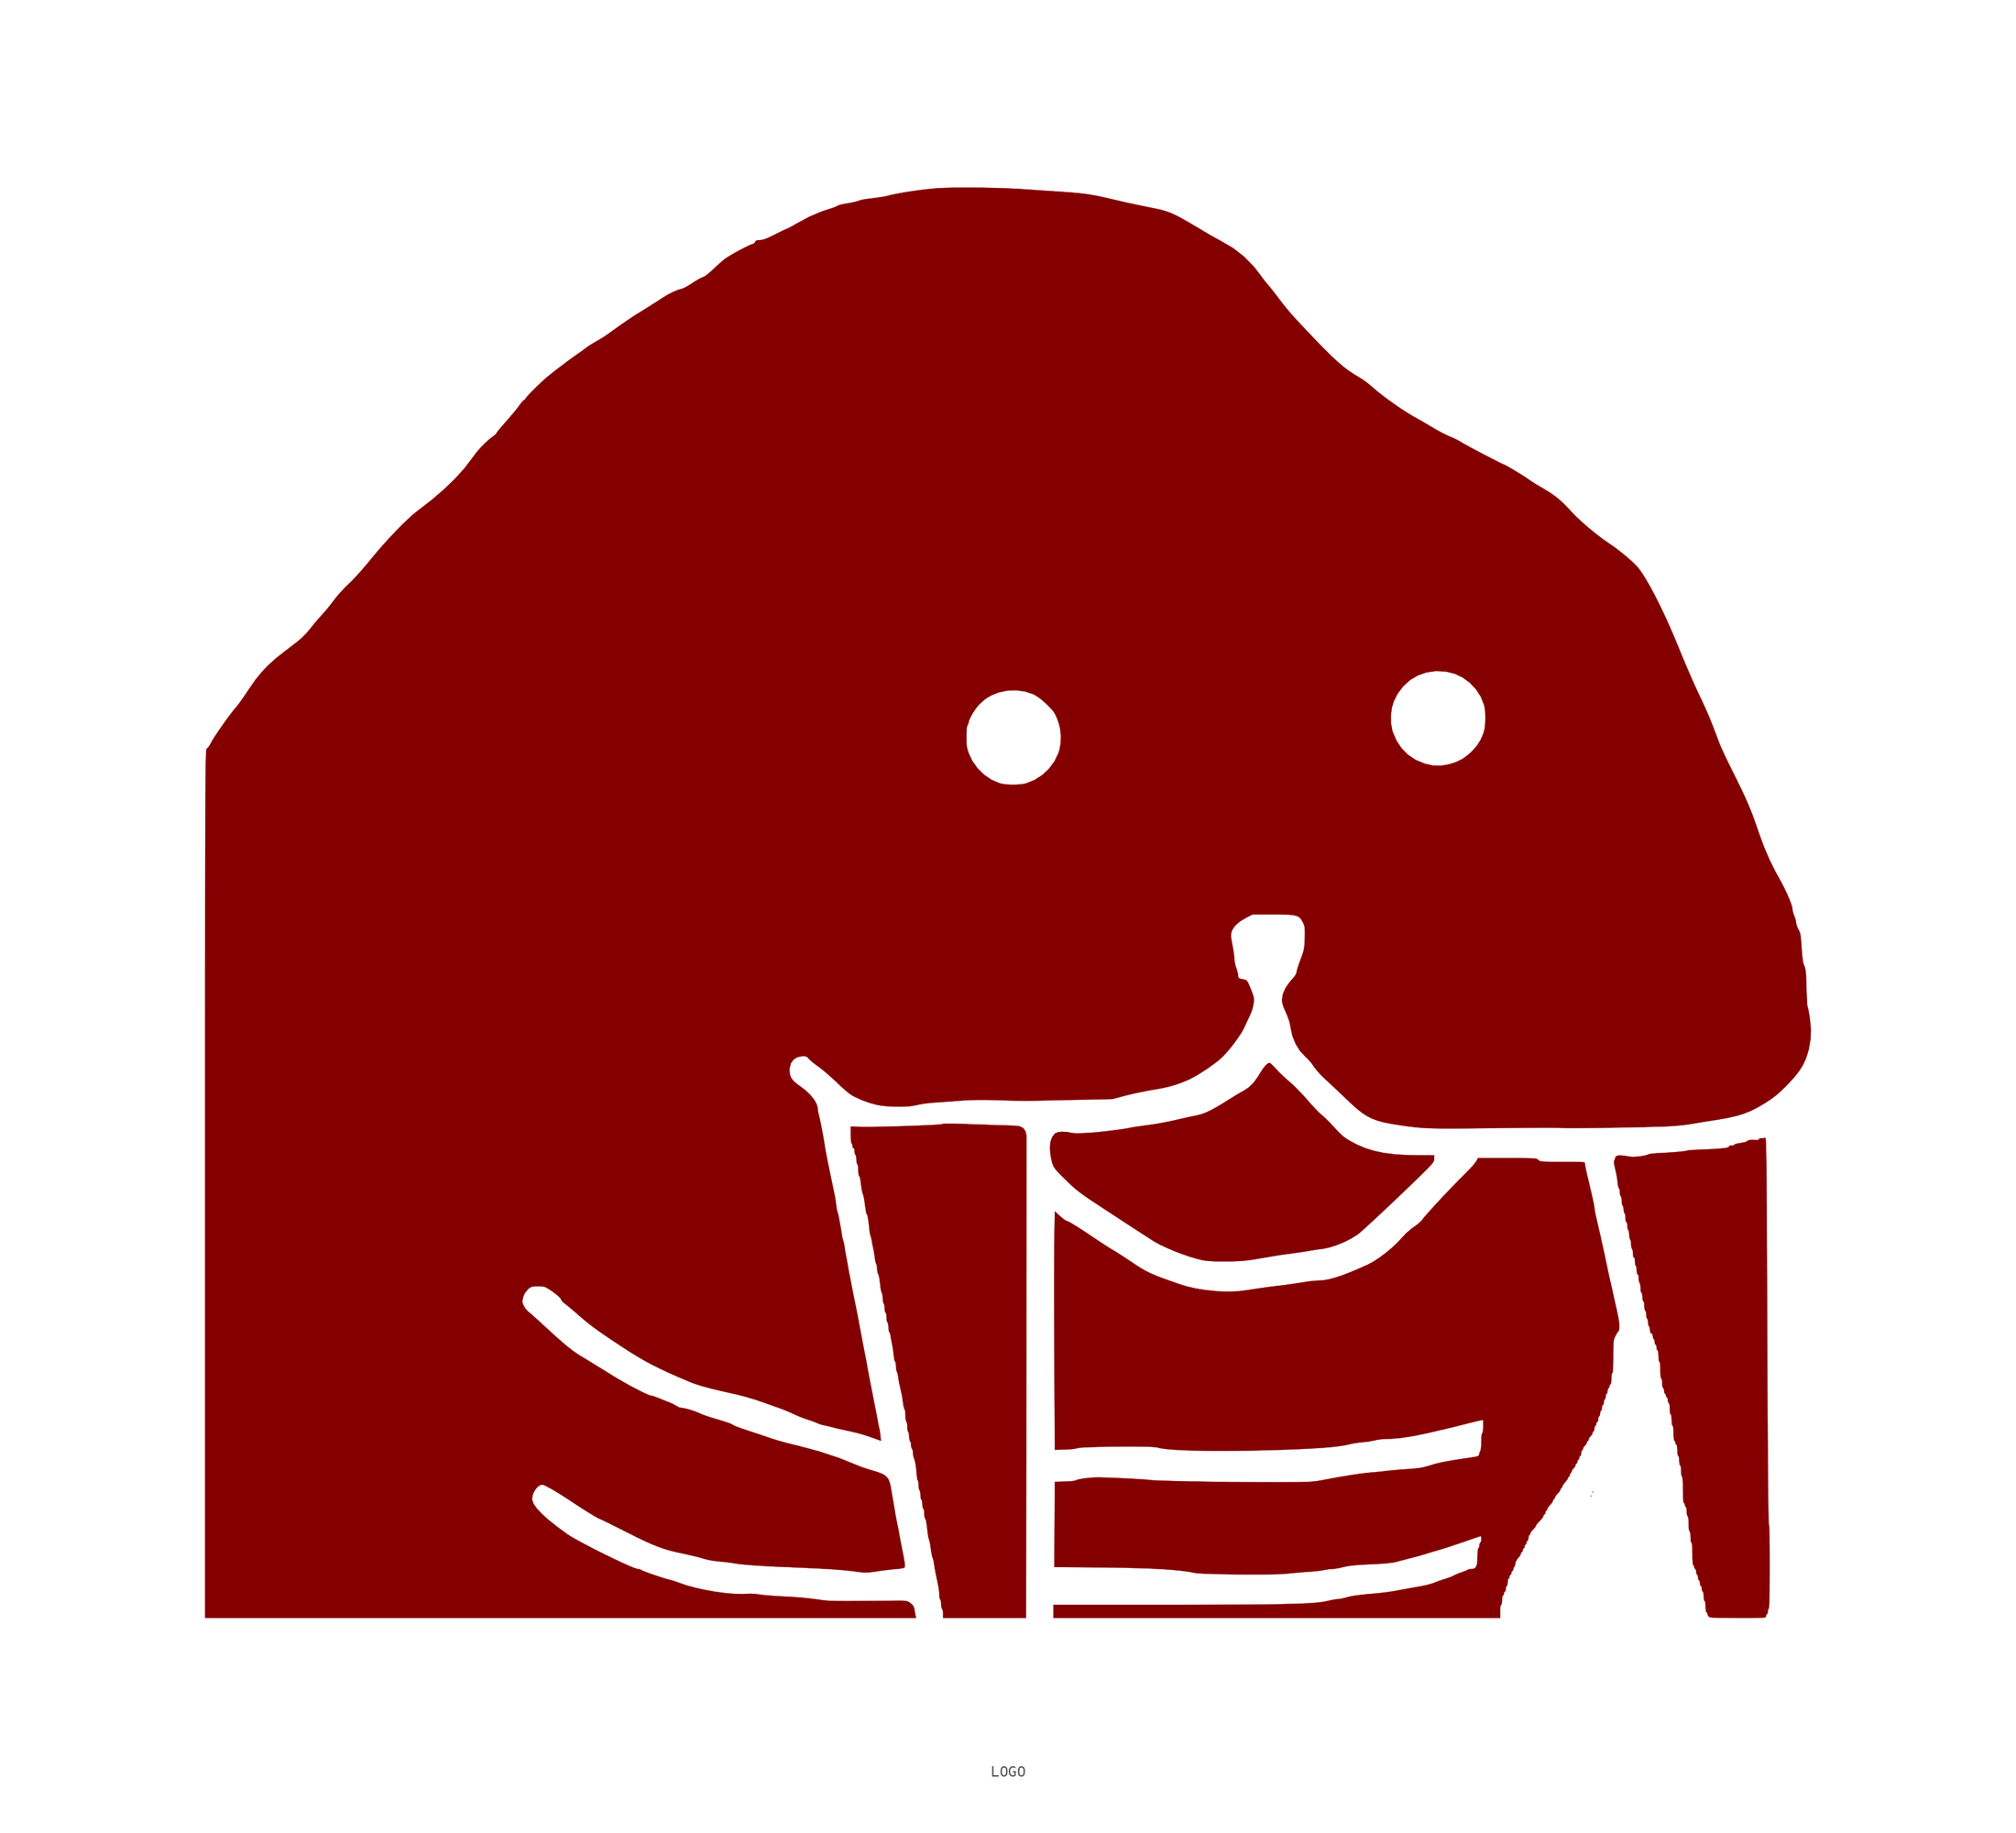
<source format=kicad_sym>
(kicad_symbol_lib
  (version 20220914)
  (generator bitmap2component)
  (symbol "LOGO"
    (pin_names
      (offset 1.016))
    (property "Reference" "#G"
      (at 0 65.49 0)
      (effects (font (size 1.27 1.27)) hide))
    (symbol "LOGO_0_0"
      (polyline (pts (xy -10.785 -65.85) (xy -10.836 -65.576) (xy -10.889 -65.278) (xy -10.894 -65.255) (xy -11.007 -64.992) (xy -11.249 -64.77) (xy -11.331 -64.716) (xy -11.467 -64.643) (xy -11.621 -64.598) (xy -11.832 -64.574) (xy -12.137 -64.566) (xy -12.573 -64.568) (xy -13.468 -64.576) (xy -14.499 -64.584) (xy -15.384 -64.591) (xy -16.137 -64.595) (xy -16.77 -64.597) (xy -17.297 -64.597) (xy -17.731 -64.594) (xy -18.086 -64.588) (xy -18.375 -64.58) (xy -18.611 -64.569) (xy -18.807 -64.555) (xy -18.977 -64.538) (xy -19.135 -64.518) (xy -19.745 -64.435) (xy -20.332 -64.362) (xy -20.864 -64.305) (xy -21.397 -64.26) (xy -21.988 -64.222) (xy -22.691 -64.185) (xy -23.121 -64.161) (xy -23.661 -64.125) (xy -24.155 -64.084) (xy -24.561 -64.043) (xy -24.84 -64.005) (xy -25.141 -63.965) (xy -25.564 -63.939) (xy -25.928 -63.948) (xy -26.345 -63.969) (xy -27.076 -63.951) (xy -27.899 -63.88) (xy -28.776 -63.763) (xy -29.668 -63.605) (xy -30.536 -63.413) (xy -31.342 -63.193) (xy -32.046 -62.951) (xy -32.291 -62.861) (xy -32.609 -62.757) (xy -32.851 -62.692) (xy -32.935 -62.672) (xy -33.205 -62.597) (xy -33.556 -62.489) (xy -33.953 -62.359) (xy -34.362 -62.22) (xy -34.748 -62.084) (xy -35.077 -61.961) (xy -35.314 -61.866) (xy -35.423 -61.808) (xy -35.526 -61.754) (xy -35.724 -61.722) (xy -35.789 -61.712) (xy -36.019 -61.637) (xy -36.367 -61.496) (xy -36.812 -61.302) (xy -37.334 -61.062) (xy -37.911 -60.789) (xy -38.523 -60.492) (xy -39.149 -60.181) (xy -39.769 -59.866) (xy -40.362 -59.558) (xy -40.907 -59.267) (xy -41.383 -59.004) (xy -41.77 -58.778) (xy -42.047 -58.599) (xy -42.141 -58.533) (xy -43.044 -57.869) (xy -43.791 -57.268) (xy -44.382 -56.73) (xy -44.817 -56.256) (xy -45.096 -55.846) (xy -45.218 -55.498) (xy -45.221 -55.472) (xy -45.196 -55.166) (xy -45.083 -54.848) (xy -44.906 -54.551) (xy -44.692 -54.312) (xy -44.466 -54.167) (xy -44.253 -54.151) (xy -44.216 -54.163) (xy -43.95 -54.281) (xy -43.577 -54.479) (xy -43.121 -54.743) (xy -42.609 -55.058) (xy -42.065 -55.409) (xy -41.45 -55.814) (xy -40.731 -56.281) (xy -40.141 -56.654) (xy -39.673 -56.937) (xy -39.323 -57.134) (xy -39.085 -57.247) (xy -38.948 -57.308) (xy -38.669 -57.441) (xy -38.285 -57.628) (xy -37.82 -57.859) (xy -37.298 -58.121) (xy -36.745 -58.401) (xy -36.74 -58.404) (xy -35.9 -58.826) (xy -35.177 -59.175) (xy -34.544 -59.461) (xy -33.971 -59.694) (xy -33.429 -59.887) (xy -32.891 -60.05) (xy -32.326 -60.194) (xy -31.708 -60.329) (xy -31.468 -60.38) (xy -30.959 -60.494) (xy -30.482 -60.608) (xy -30.081 -60.711) (xy -29.803 -60.794) (xy -29.709 -60.823) (xy -29.315 -60.916) (xy -28.843 -60.995) (xy -28.363 -61.049) (xy -28.125 -61.07) (xy -27.7 -61.115) (xy -27.321 -61.164) (xy -27.051 -61.21) (xy -26.744 -61.26) (xy -26.284 -61.312) (xy -25.691 -61.364) (xy -24.983 -61.415) (xy -24.179 -61.464) (xy -23.296 -61.51) (xy -22.352 -61.55) (xy -21.748 -61.574) (xy -20.572 -61.625) (xy -19.547 -61.675) (xy -18.661 -61.724) (xy -17.902 -61.774) (xy -17.258 -61.826) (xy -16.716 -61.879) (xy -16.264 -61.936) (xy -15.96 -61.978) (xy -15.59 -62.022) (xy -15.291 -62.039) (xy -15.006 -62.03) (xy -14.676 -61.993) (xy -14.243 -61.93) (xy -13.921 -61.883) (xy -13.418 -61.817) (xy -12.939 -61.763) (xy -12.556 -61.728) (xy -12.458 -61.721) (xy -12.138 -61.684) (xy -11.895 -61.639) (xy -11.774 -61.592) (xy -11.767 -61.584) (xy -11.736 -61.495) (xy -11.736 -61.331) (xy -11.768 -61.067) (xy -11.834 -60.683) (xy -11.938 -60.156) (xy -11.974 -59.977) (xy -12.078 -59.444) (xy -12.185 -58.879) (xy -12.276 -58.378) (xy -12.295 -58.273) (xy -12.369 -57.891) (xy -12.444 -57.531) (xy -12.482 -57.349) (xy -12.554 -56.968) (xy -12.616 -56.6) (xy -12.649 -56.393) (xy -12.715 -56.004) (xy -12.775 -55.668) (xy -12.824 -55.396) (xy -12.89 -55.012) (xy -12.951 -54.631) (xy -12.991 -54.393) (xy -13.09 -53.961) (xy -13.224 -53.636) (xy -13.421 -53.392) (xy -13.707 -53.202) (xy -14.107 -53.039) (xy -14.647 -52.874) (xy -14.79 -52.833) (xy -15.232 -52.694) (xy -15.661 -52.543) (xy -16.002 -52.408) (xy -17.563 -51.778) (xy -19.436 -51.154) (xy -21.421 -50.628) (xy -21.747 -50.55) (xy -22.319 -50.404) (xy -22.877 -50.253) (xy -23.371 -50.109) (xy -23.749 -49.989) (xy -23.854 -49.952) (xy -24.287 -49.805) (xy -24.808 -49.629) (xy -25.36 -49.444) (xy -25.887 -49.27) (xy -26.175 -49.173) (xy -26.573 -49.034) (xy -26.891 -48.916) (xy -27.102 -48.828) (xy -27.178 -48.782) (xy -27.178 -48.781) (xy -27.255 -48.724) (xy -27.48 -48.631) (xy -27.857 -48.502) (xy -28.39 -48.334) (xy -29.083 -48.127) (xy -29.223 -48.085) (xy -29.605 -47.959) (xy -29.945 -47.834) (xy -30.181 -47.731) (xy -30.205 -47.719) (xy -30.504 -47.593) (xy -30.871 -47.465) (xy -31.25 -47.353) (xy -31.586 -47.274) (xy -31.821 -47.244) (xy -31.827 -47.244) (xy -32.037 -47.192) (xy -32.261 -47.073) (xy -32.284 -47.057) (xy -32.542 -46.908) (xy -32.824 -46.782) (xy -32.84 -46.776) (xy -33.09 -46.679) (xy -33.422 -46.546) (xy -33.77 -46.403) (xy -33.833 -46.377) (xy -34.145 -46.258) (xy -34.402 -46.175) (xy -34.556 -46.143) (xy -34.607 -46.135) (xy -34.813 -46.059) (xy -35.128 -45.917) (xy -35.526 -45.721) (xy -35.983 -45.486) (xy -36.473 -45.224) (xy -36.971 -44.948) (xy -37.451 -44.672) (xy -37.888 -44.408) (xy -38.343 -44.127) (xy -38.961 -43.745) (xy -39.559 -43.376) (xy -40.106 -43.04) (xy -40.572 -42.755) (xy -40.926 -42.54) (xy -40.937 -42.534) (xy -41.26 -42.326) (xy -41.608 -42.077) (xy -41.997 -41.773) (xy -42.442 -41.402) (xy -42.959 -40.95) (xy -43.564 -40.404) (xy -44.273 -39.751) (xy -44.47 -39.569) (xy -44.826 -39.245) (xy -45.144 -38.961) (xy -45.395 -38.742) (xy -45.553 -38.613) (xy -45.607 -38.568) (xy -45.821 -38.327) (xy -45.985 -38.053) (xy -46.042 -37.919) (xy -46.094 -37.728) (xy -46.084 -37.54) (xy -46.014 -37.273) (xy -45.884 -36.955) (xy -45.589 -36.584) (xy -45.568 -36.565) (xy -45.398 -36.433) (xy -45.234 -36.36) (xy -45.017 -36.329) (xy -44.69 -36.322) (xy -44.585 -36.322) (xy -44.293 -36.335) (xy -44.073 -36.383) (xy -43.855 -36.488) (xy -43.571 -36.671) (xy -43.225 -36.914) (xy -42.877 -37.191) (xy -42.661 -37.41) (xy -42.587 -37.562) (xy -42.581 -37.589) (xy -42.483 -37.717) (xy -42.303 -37.864) (xy -42.27 -37.888) (xy -42.074 -38.04) (xy -41.794 -38.271) (xy -41.46 -38.554) (xy -41.107 -38.862) (xy -40.881 -39.059) (xy -40.496 -39.386) (xy -40.113 -39.696) (xy -39.708 -40.005) (xy -39.256 -40.333) (xy -38.734 -40.697) (xy -38.117 -41.115) (xy -37.38 -41.605) (xy -37.251 -41.69) (xy -36.483 -42.188) (xy -35.774 -42.625) (xy -35.093 -43.021) (xy -34.409 -43.39) (xy -33.69 -43.748) (xy -32.906 -44.114) (xy -32.023 -44.502) (xy -31.013 -44.929) (xy -30.938 -44.96) (xy -30.462 -45.133) (xy -29.882 -45.312) (xy -29.182 -45.502) (xy -28.346 -45.705) (xy -27.358 -45.927) (xy -26.764 -46.062) (xy -25.957 -46.271) (xy -25.163 -46.512) (xy -24.299 -46.807) (xy -24.239 -46.828) (xy -23.808 -46.982) (xy -23.362 -47.14) (xy -22.987 -47.272) (xy -22.911 -47.299) (xy -22.523 -47.45) (xy -22.084 -47.635) (xy -21.675 -47.82) (xy -21.565 -47.871) (xy -21.162 -48.045) (xy -20.765 -48.199) (xy -20.447 -48.306) (xy -20.219 -48.376) (xy -19.89 -48.494) (xy -19.639 -48.602) (xy -19.621 -48.611) (xy -19.317 -48.73) (xy -19.004 -48.811) (xy -18.972 -48.817) (xy -18.675 -48.877) (xy -18.415 -48.94) (xy -18.386 -48.948) (xy -17.754 -49.109) (xy -17.06 -49.263) (xy -16.645 -49.352) (xy -15.959 -49.517) (xy -15.335 -49.696) (xy -14.704 -49.908) (xy -13.885 -50.201) (xy -13.934 -49.717) (xy -13.958 -49.512) (xy -13.995 -49.258) (xy -14.027 -49.107) (xy -14.05 -49.022) (xy -14.098 -48.797) (xy -14.151 -48.514) (xy -14.23 -48.072) (xy -14.339 -47.505) (xy -14.477 -46.821) (xy -14.506 -46.68) (xy -14.576 -46.325) (xy -14.644 -45.974) (xy -14.675 -45.812) (xy -14.746 -45.444) (xy -14.809 -45.127) (xy -14.809 -45.127) (xy -14.932 -44.498) (xy -15.056 -43.846) (xy -15.16 -43.265) (xy -15.188 -43.104) (xy -15.257 -42.736) (xy -15.32 -42.418) (xy -15.327 -42.38) (xy -15.378 -42.124) (xy -15.449 -41.755) (xy -15.533 -41.316) (xy -15.62 -40.852) (xy -15.735 -40.241) (xy -15.824 -39.767) (xy -15.891 -39.408) (xy -15.942 -39.139) (xy -15.982 -38.933) (xy -16.014 -38.765) (xy -16.045 -38.609) (xy -16.079 -38.439) (xy -16.082 -38.424) (xy -16.148 -38.097) (xy -16.229 -37.693) (xy -16.31 -37.296) (xy -16.318 -37.257) (xy -16.395 -36.875) (xy -16.466 -36.51) (xy -16.518 -36.237) (xy -16.537 -36.134) (xy -16.606 -35.779) (xy -16.676 -35.433) (xy -16.713 -35.25) (xy -16.784 -34.87) (xy -16.849 -34.502) (xy -16.884 -34.294) (xy -16.954 -33.905) (xy -17.019 -33.57) (xy -17.041 -33.458) (xy -17.105 -33.094) (xy -17.152 -32.766) (xy -17.166 -32.672) (xy -17.217 -32.404) (xy -17.273 -32.216) (xy -17.285 -32.188) (xy -17.344 -31.972) (xy -17.39 -31.708) (xy -17.404 -31.608) (xy -17.455 -31.278) (xy -17.514 -30.946) (xy -17.536 -30.827) (xy -17.599 -30.482) (xy -17.652 -30.184) (xy -17.661 -30.132) (xy -17.719 -29.87) (xy -17.78 -29.676) (xy -17.81 -29.581) (xy -17.86 -29.335) (xy -17.901 -29.041) (xy -17.92 -28.883) (xy -17.973 -28.513) (xy -18.029 -28.194) (xy -18.033 -28.178) (xy -18.078 -27.96) (xy -18.15 -27.613) (xy -18.242 -27.169) (xy -18.348 -26.66) (xy -18.461 -26.12) (xy -18.472 -26.07) (xy -18.584 -25.523) (xy -18.689 -25.004) (xy -18.779 -24.548) (xy -18.847 -24.189) (xy -18.886 -23.961) (xy -18.983 -23.358) (xy -19.092 -22.728) (xy -19.203 -22.129) (xy -19.309 -21.597) (xy -19.404 -21.164) (xy -19.48 -20.864) (xy -19.533 -20.629) (xy -19.558 -20.374) (xy -19.56 -20.327) (xy -19.654 -19.966) (xy -19.88 -19.563) (xy -20.218 -19.142) (xy -20.649 -18.728) (xy -21.154 -18.345) (xy -21.355 -18.205) (xy -21.713 -17.906) (xy -21.941 -17.615) (xy -22.062 -17.298) (xy -22.098 -16.923) (xy -22.087 -16.725) (xy -21.969 -16.281) (xy -21.725 -15.945) (xy -21.365 -15.729) (xy -20.899 -15.64) (xy -20.72 -15.643) (xy -20.537 -15.701) (xy -20.39 -15.855) (xy -20.329 -15.925) (xy -20.128 -16.109) (xy -19.849 -16.334) (xy -19.531 -16.567) (xy -19.44 -16.632) (xy -19.095 -16.902) (xy -18.688 -17.244) (xy -18.264 -17.62) (xy -17.865 -17.994) (xy -17.69 -18.162) (xy -17.326 -18.496) (xy -16.986 -18.793) (xy -16.703 -19.023) (xy -16.508 -19.16) (xy -16.27 -19.29) (xy -15.602 -19.596) (xy -14.882 -19.855) (xy -14.192 -20.039) (xy -13.884 -20.092) (xy -13.328 -20.152) (xy -12.718 -20.185) (xy -12.098 -20.19) (xy -11.514 -20.167) (xy -11.008 -20.117) (xy -10.626 -20.038) (xy -10.366 -19.978) (xy -9.959 -19.912) (xy -9.479 -19.855) (xy -8.975 -19.814) (xy -8.458 -19.78) (xy -7.824 -19.734) (xy -7.179 -19.686) (xy -6.604 -19.64) (xy -5.962 -19.599) (xy -5.207 -19.578) (xy -4.345 -19.581) (xy -3.344 -19.606) (xy -3.057 -19.616) (xy -2.438 -19.634) (xy -1.847 -19.648) (xy -1.318 -19.658) (xy -0.889 -19.662) (xy -0.593 -19.661) (xy -0.561 -19.66) (xy -0.288 -19.655) (xy 0.127 -19.646) (xy 0.661 -19.636) (xy 1.29 -19.622) (xy 1.99 -19.608) (xy 2.739 -19.592) (xy 3.514 -19.576) (xy 6.9 -19.506) (xy 8.043 -19.203) (xy 8.141 -19.177) (xy 8.688 -19.046) (xy 9.316 -18.908) (xy 9.958 -18.779) (xy 10.541 -18.674) (xy 10.828 -18.626) (xy 11.5 -18.499) (xy 12.069 -18.369) (xy 12.584 -18.22) (xy 13.092 -18.041) (xy 13.643 -17.817) (xy 13.767 -17.761) (xy 14.255 -17.509) (xy 14.815 -17.178) (xy 15.405 -16.795) (xy 15.984 -16.387) (xy 16.51 -15.981) (xy 16.709 -15.804) (xy 17.088 -15.412) (xy 17.496 -14.936) (xy 17.901 -14.418) (xy 18.273 -13.895) (xy 18.581 -13.408) (xy 18.796 -12.997) (xy 18.95 -12.655) (xy 19.122 -12.282) (xy 19.266 -11.98) (xy 19.426 -11.596) (xy 19.555 -11.143) (xy 19.619 -10.72) (xy 19.607 -10.384) (xy 19.599 -10.351) (xy 19.529 -10.12) (xy 19.416 -9.805) (xy 19.281 -9.464) (xy 19.188 -9.245) (xy 19.073 -9.004) (xy 18.973 -8.866) (xy 18.862 -8.795) (xy 18.711 -8.758) (xy 18.436 -8.705) (xy 18.281 -8.645) (xy 18.216 -8.555) (xy 18.203 -8.406) (xy 18.192 -8.289) (xy 18.13 -8.02) (xy 18.034 -7.725) (xy 17.979 -7.56) (xy 17.897 -7.205) (xy 17.865 -6.895) (xy 17.86 -6.782) (xy 17.826 -6.468) (xy 17.767 -6.078) (xy 17.691 -5.672) (xy 17.676 -5.598) (xy 17.602 -5.198) (xy 17.568 -4.91) (xy 17.572 -4.688) (xy 17.611 -4.487) (xy 17.675 -4.311) (xy 17.937 -3.923) (xy 18.355 -3.556) (xy 18.92 -3.217) (xy 19.507 -2.921) (xy 21.374 -2.921) (xy 21.691 -2.921) (xy 22.311 -2.928) (xy 22.792 -2.946) (xy 23.159 -2.982) (xy 23.431 -3.042) (xy 23.632 -3.132) (xy 23.784 -3.258) (xy 23.908 -3.426) (xy 24.027 -3.643) (xy 24.058 -3.704) (xy 24.131 -3.875) (xy 24.176 -4.054) (xy 24.198 -4.28) (xy 24.201 -4.595) (xy 24.192 -5.038) (xy 24.185 -5.253) (xy 24.165 -5.649) (xy 24.128 -5.96) (xy 24.065 -6.247) (xy 23.962 -6.567) (xy 23.807 -6.981) (xy 23.68 -7.326) (xy 23.562 -7.679) (xy 23.482 -7.955) (xy 23.453 -8.115) (xy 23.433 -8.211) (xy 23.296 -8.455) (xy 23.038 -8.762) (xy 22.833 -8.994) (xy 22.464 -9.524) (xy 22.232 -10.048) (xy 22.147 -10.541) (xy 22.153 -10.715) (xy 22.202 -10.986) (xy 22.312 -11.307) (xy 22.495 -11.726) (xy 22.613 -11.993) (xy 22.809 -12.539) (xy 22.906 -12.995) (xy 22.911 -13.043) (xy 23.076 -13.817) (xy 23.366 -14.543) (xy 23.765 -15.185) (xy 24.257 -15.709) (xy 24.494 -15.936) (xy 24.787 -16.27) (xy 25.014 -16.587) (xy 25.122 -16.744) (xy 25.379 -17.058) (xy 25.701 -17.405) (xy 26.05 -17.741) (xy 26.282 -17.952) (xy 26.662 -18.305) (xy 27.097 -18.715) (xy 27.55 -19.144) (xy 27.983 -19.559) (xy 28.273 -19.836) (xy 28.808 -20.32) (xy 29.292 -20.71) (xy 29.758 -21.019) (xy 30.235 -21.262) (xy 30.756 -21.455) (xy 31.351 -21.613) (xy 32.053 -21.749) (xy 32.893 -21.879) (xy 32.927 -21.884) (xy 33.341 -21.942) (xy 33.724 -21.992) (xy 34.09 -22.035) (xy 34.457 -22.07) (xy 34.838 -22.098) (xy 35.249 -22.12) (xy 35.706 -22.136) (xy 36.225 -22.146) (xy 36.82 -22.151) (xy 37.508 -22.151) (xy 38.302 -22.147) (xy 39.22 -22.139) (xy 40.276 -22.128) (xy 41.487 -22.113) (xy 41.753 -22.11) (xy 42.697 -22.099) (xy 43.593 -22.091) (xy 44.425 -22.085) (xy 45.18 -22.081) (xy 45.84 -22.08) (xy 46.392 -22.08) (xy 46.82 -22.084) (xy 47.109 -22.089) (xy 47.244 -22.097) (xy 47.273 -22.1) (xy 47.467 -22.108) (xy 47.805 -22.113) (xy 48.27 -22.113) (xy 48.843 -22.111) (xy 49.504 -22.106) (xy 50.236 -22.098) (xy 51.019 -22.088) (xy 51.836 -22.076) (xy 52.667 -22.062) (xy 53.494 -22.046) (xy 54.298 -22.029) (xy 55.061 -22.011) (xy 55.764 -21.992) (xy 56.388 -21.973) (xy 56.504 -21.969) (xy 57.139 -21.935) (xy 57.771 -21.885) (xy 58.343 -21.825) (xy 58.801 -21.759) (xy 58.975 -21.729) (xy 59.452 -21.649) (xy 60.015 -21.557) (xy 60.607 -21.462) (xy 61.172 -21.374) (xy 61.351 -21.346) (xy 62.221 -21.191) (xy 62.967 -21.02) (xy 63.624 -20.82) (xy 64.232 -20.579) (xy 64.827 -20.283) (xy 65.447 -19.921) (xy 65.59 -19.831) (xy 66.094 -19.497) (xy 66.526 -19.171) (xy 66.944 -18.806) (xy 67.408 -18.355) (xy 67.683 -18.072) (xy 68.203 -17.499) (xy 68.61 -16.977) (xy 68.926 -16.477) (xy 69.169 -15.967) (xy 69.36 -15.419) (xy 69.482 -14.964) (xy 69.629 -14.087) (xy 69.653 -13.198) (xy 69.559 -12.242) (xy 69.509 -11.927) (xy 69.448 -11.589) (xy 69.396 -11.343) (xy 69.36 -11.226) (xy 69.358 -11.222) (xy 69.337 -11.097) (xy 69.315 -10.833) (xy 69.293 -10.457) (xy 69.273 -9.998) (xy 69.257 -9.483) (xy 69.256 -9.428) (xy 69.238 -8.844) (xy 69.218 -8.402) (xy 69.193 -8.075) (xy 69.16 -7.839) (xy 69.117 -7.668) (xy 69.061 -7.535) (xy 69.027 -7.459) (xy 68.964 -7.243) (xy 68.912 -6.932) (xy 68.867 -6.502) (xy 68.824 -5.927) (xy 68.796 -5.501) (xy 68.761 -5.097) (xy 68.724 -4.803) (xy 68.677 -4.587) (xy 68.615 -4.417) (xy 68.533 -4.261) (xy 68.478 -4.157) (xy 68.369 -3.882) (xy 68.326 -3.656) (xy 68.32 -3.58) (xy 68.261 -3.316) (xy 68.159 -3.036) (xy 68.118 -2.939) (xy 68.027 -2.637) (xy 67.989 -2.378) (xy 67.959 -2.208) (xy 67.859 -1.901) (xy 67.704 -1.503) (xy 67.505 -1.048) (xy 67.277 -0.566) (xy 67.035 -0.088) (xy 66.79 0.355) (xy 66.521 0.835) (xy 65.95 1.97) (xy 65.429 3.189) (xy 64.939 4.536) (xy 64.939 4.537) (xy 64.697 5.239) (xy 64.467 5.875) (xy 64.235 6.475) (xy 63.987 7.071) (xy 63.711 7.692) (xy 63.393 8.369) (xy 63.02 9.134) (xy 62.58 10.017) (xy 62.437 10.301) (xy 62.163 10.862) (xy 61.907 11.4) (xy 61.683 11.883) (xy 61.508 12.279) (xy 61.396 12.557) (xy 61.155 13.208) (xy 60.808 14.11) (xy 60.486 14.904) (xy 60.174 15.622) (xy 59.86 16.298) (xy 59.485 17.09) (xy 59.053 18.041) (xy 58.604 19.068) (xy 58.126 20.199) (xy 57.606 21.463) (xy 57.352 22.077) (xy 56.923 23.064) (xy 56.483 24.027) (xy 56.041 24.947) (xy 55.607 25.803) (xy 55.19 26.578) (xy 54.801 27.251) (xy 54.45 27.804) (xy 54.145 28.216) (xy 53.932 28.453) (xy 53.544 28.827) (xy 53.071 29.242) (xy 52.548 29.667) (xy 52.008 30.075) (xy 51.486 30.438) (xy 50.926 30.829) (xy 50.295 31.312) (xy 49.653 31.839) (xy 49.039 32.379) (xy 48.491 32.897) (xy 48.048 33.36) (xy 47.908 33.516) (xy 47.358 34.08) (xy 46.801 34.56) (xy 46.187 34.997) (xy 45.461 35.433) (xy 45.333 35.507) (xy 44.953 35.733) (xy 44.596 35.958) (xy 44.326 36.142) (xy 44.296 36.163) (xy 44.055 36.328) (xy 43.741 36.53) (xy 43.385 36.751) (xy 43.019 36.974) (xy 42.672 37.18) (xy 42.375 37.349) (xy 42.16 37.465) (xy 42.056 37.507) (xy 42.047 37.51) (xy 41.921 37.565) (xy 41.674 37.685) (xy 41.331 37.858) (xy 40.914 38.072) (xy 40.446 38.315) (xy 40.237 38.425) (xy 39.7 38.707) (xy 39.28 38.929) (xy 38.954 39.104) (xy 38.697 39.244) (xy 38.485 39.364) (xy 38.294 39.476) (xy 38.1 39.594) (xy 38.073 39.61) (xy 37.831 39.738) (xy 37.504 39.892) (xy 37.154 40.043) (xy 36.879 40.168) (xy 36.464 40.377) (xy 36.014 40.622) (xy 35.588 40.871) (xy 35.242 41.079) (xy 34.794 41.342) (xy 34.372 41.584) (xy 34.036 41.769) (xy 33.894 41.848) (xy 33.424 42.13) (xy 32.879 42.484) (xy 32.296 42.883) (xy 31.71 43.301) (xy 31.161 43.712) (xy 30.683 44.09) (xy 30.315 44.408) (xy 30.253 44.465) (xy 29.837 44.807) (xy 29.373 45.143) (xy 28.94 45.413) (xy 28.61 45.608) (xy 28.142 45.92) (xy 27.657 46.291) (xy 27.136 46.735) (xy 26.562 47.267) (xy 25.919 47.903) (xy 25.188 48.656) (xy 24.907 48.951) (xy 24.335 49.552) (xy 23.859 50.058) (xy 23.462 50.486) (xy 23.127 50.855) (xy 22.838 51.184) (xy 22.58 51.489) (xy 22.336 51.79) (xy 22.091 52.105) (xy 21.827 52.451) (xy 21.721 52.592) (xy 21.433 52.966) (xy 21.171 53.3) (xy 20.959 53.562) (xy 20.822 53.721) (xy 20.653 53.919) (xy 20.435 54.198) (xy 20.218 54.497) (xy 19.618 55.274) (xy 18.736 56.175) (xy 17.744 56.947) (xy 16.643 57.589) (xy 16.573 57.624) (xy 16.228 57.809) (xy 15.83 58.031) (xy 15.452 58.252) (xy 15.172 58.419) (xy 14.435 58.86) (xy 13.816 59.224) (xy 13.296 59.522) (xy 12.853 59.763) (xy 12.469 59.955) (xy 12.123 60.107) (xy 11.795 60.229) (xy 11.466 60.329) (xy 11.115 60.417) (xy 10.722 60.501) (xy 10.268 60.591) (xy 9.973 60.65) (xy 9.295 60.79) (xy 8.559 60.948) (xy 7.836 61.109) (xy 7.197 61.258) (xy 6.764 61.36) (xy 6.167 61.497) (xy 5.638 61.609) (xy 5.148 61.702) (xy 4.666 61.779) (xy 4.164 61.844) (xy 3.611 61.901) (xy 2.979 61.954) (xy 2.236 62.008) (xy 1.355 62.066) (xy 1.314 62.069) (xy 0.712 62.108) (xy 0.042 62.153) (xy -0.617 62.197) (xy -1.185 62.236) (xy -1.243 62.24) (xy -2.008 62.284) (xy -2.868 62.32) (xy -3.789 62.347) (xy -4.74 62.367) (xy -5.687 62.377) (xy -6.596 62.378) (xy -7.436 62.369) (xy -8.173 62.35) (xy -8.773 62.321) (xy -9.21 62.286) (xy -9.825 62.221) (xy -10.487 62.138) (xy -11.161 62.043) (xy -11.81 61.94) (xy -12.399 61.836) (xy -12.891 61.736) (xy -13.25 61.644) (xy -13.299 61.63) (xy -13.482 61.59) (xy -13.749 61.543) (xy -14.121 61.488) (xy -14.619 61.421) (xy -15.264 61.338) (xy -15.368 61.323) (xy -15.685 61.255) (xy -15.942 61.173) (xy -15.982 61.158) (xy -16.227 61.09) (xy -16.565 61.017) (xy -16.934 60.954) (xy -17.05 60.936) (xy -17.382 60.87) (xy -17.643 60.8) (xy -17.784 60.737) (xy -17.818 60.714) (xy -18.005 60.629) (xy -18.291 60.524) (xy -18.631 60.417) (xy -19.273 60.205) (xy -20.343 59.744) (xy -21.479 59.132) (xy -21.733 58.985) (xy -22.021 58.824) (xy -22.23 58.715) (xy -22.327 58.674) (xy -22.336 58.672) (xy -22.46 58.622) (xy -22.698 58.511) (xy -23.021 58.354) (xy -23.396 58.166) (xy -23.561 58.083) (xy -23.987 57.88) (xy -24.309 57.749) (xy -24.558 57.679) (xy -24.765 57.658) (xy -24.962 57.649) (xy -25.116 57.599) (xy -25.188 57.489) (xy -25.243 57.39) (xy -25.364 57.319) (xy -25.39 57.316) (xy -25.566 57.254) (xy -25.845 57.127) (xy -26.195 56.953) (xy -26.585 56.749) (xy -26.982 56.532) (xy -27.354 56.318) (xy -27.667 56.127) (xy -27.891 55.973) (xy -28.02 55.87) (xy -28.316 55.618) (xy -28.653 55.317) (xy -28.98 55.01) (xy -29.156 54.846) (xy -29.457 54.591) (xy -29.707 54.41) (xy -29.873 54.329) (xy -29.955 54.302) (xy -30.184 54.19) (xy -30.483 54.017) (xy -30.808 53.808) (xy -30.99 53.689) (xy -31.314 53.495) (xy -31.592 53.351) (xy -31.778 53.282) (xy -32.066 53.202) (xy -32.523 53.017) (xy -33.025 52.762) (xy -33.525 52.458) (xy -33.589 52.416) (xy -34.042 52.119) (xy -34.542 51.801) (xy -35.12 51.438) (xy -35.811 51.012) (xy -35.861 50.98) (xy -36.212 50.754) (xy -36.641 50.467) (xy -37.097 50.152) (xy -37.533 49.844) (xy -37.699 49.724) (xy -38.09 49.443) (xy -38.386 49.233) (xy -38.618 49.072) (xy -38.818 48.941) (xy -39.017 48.817) (xy -39.247 48.681) (xy -39.539 48.512) (xy -39.639 48.454) (xy -39.941 48.272) (xy -40.186 48.114) (xy -40.329 48.012) (xy -40.383 47.968) (xy -40.574 47.826) (xy -40.844 47.631) (xy -41.154 47.413) (xy -41.511 47.16) (xy -42.022 46.788) (xy -42.556 46.388) (xy -43.075 45.991) (xy -43.536 45.628) (xy -43.9 45.33) (xy -44.116 45.142) (xy -44.421 44.862) (xy -44.744 44.554) (xy -45.063 44.242) (xy -45.352 43.95) (xy -45.587 43.702) (xy -45.746 43.52) (xy -45.805 43.429) (xy -45.819 43.385) (xy -45.93 43.296) (xy -46.022 43.225) (xy -46.184 43.048) (xy -46.366 42.812) (xy -46.444 42.704) (xy -46.582 42.52) (xy -46.739 42.322) (xy -46.931 42.089) (xy -47.18 41.797) (xy -47.503 41.425) (xy -47.92 40.949) (xy -48.033 40.819) (xy -48.236 40.573) (xy -48.377 40.388) (xy -48.429 40.297) (xy -48.466 40.242) (xy -48.61 40.112) (xy -48.825 39.952) (xy -49.092 39.745) (xy -49.476 39.393) (xy -49.874 38.98) (xy -50.245 38.55) (xy -50.546 38.149) (xy -50.572 38.11) (xy -51.267 37.193) (xy -52.12 36.246) (xy -53.123 35.278) (xy -54.267 34.295) (xy -55.547 33.306) (xy -55.901 33.021) (xy -56.354 32.612) (xy -56.87 32.115) (xy -57.427 31.55) (xy -58.003 30.942) (xy -58.576 30.311) (xy -59.125 29.681) (xy -59.628 29.075) (xy -60.011 28.608) (xy -60.477 28.063) (xy -60.93 27.556) (xy -61.34 27.121) (xy -61.678 26.789) (xy -61.986 26.49) (xy -62.375 26.081) (xy -62.735 25.671) (xy -63.015 25.315) (xy -63.128 25.163) (xy -63.431 24.772) (xy -63.744 24.392) (xy -64.014 24.088) (xy -64.136 23.955) (xy -64.437 23.614) (xy -64.763 23.229) (xy -65.064 22.86) (xy -65.073 22.848) (xy -65.32 22.545) (xy -65.55 22.283) (xy -65.789 22.04) (xy -66.063 21.792) (xy -66.398 21.515) (xy -66.819 21.187) (xy -67.352 20.784) (xy -67.494 20.677) (xy -68.286 20.044) (xy -68.962 19.429) (xy -69.559 18.795) (xy -70.112 18.105) (xy -70.656 17.32) (xy -70.872 16.995) (xy -71.161 16.571) (xy -71.427 16.195) (xy -71.647 15.898) (xy -71.799 15.711) (xy -71.951 15.534) (xy -72.207 15.21) (xy -72.509 14.808) (xy -72.835 14.359) (xy -73.164 13.893) (xy -73.474 13.441) (xy -73.723 13.065) (xy -6.208 13.065) (xy -6.206 13.264) (xy -6.187 13.666) (xy -6.154 13.944) (xy -6.107 14.077) (xy -6.064 14.135) (xy -6.011 14.318) (xy -5.974 14.484) (xy -5.854 14.762) (xy -5.674 15.092) (xy -5.461 15.43) (xy -5.241 15.734) (xy -5.038 15.96) (xy -4.867 16.117) (xy -4.642 16.318) (xy -4.457 16.462) (xy -4.263 16.588) (xy -4.008 16.734) (xy -3.941 16.77) (xy -3.256 17.043) (xy -2.501 17.192) (xy -1.717 17.215) (xy -0.944 17.109) (xy -0.226 16.875) (xy 0.034 16.742) (xy 0.471 16.439) (xy 0.961 16.006) (xy 1.121 15.85) (xy 1.419 15.544) (xy 1.633 15.282) (xy 1.795 15.015) (xy 1.814 14.972) (xy 31.926 14.972) (xy 32.011 15.644) (xy 32.188 16.236) (xy 32.537 16.92) (xy 33.045 17.595) (xy 33.654 18.142) (xy 34.351 18.554) (xy 35.123 18.823) (xy 35.958 18.942) (xy 36.841 18.904) (xy 36.888 18.898) (xy 37.661 18.704) (xy 38.38 18.362) (xy 39.024 17.891) (xy 39.574 17.307) (xy 40.008 16.629) (xy 40.307 15.875) (xy 40.346 15.703) (xy 40.398 15.271) (xy 40.414 14.768) (xy 40.398 14.255) (xy 40.348 13.789) (xy 40.267 13.431) (xy 40.252 13.388) (xy 39.986 12.757) (xy 39.644 12.221) (xy 39.186 11.715) (xy 38.863 11.42) (xy 38.365 11.055) (xy 37.834 10.788) (xy 37.208 10.583) (xy 37.123 10.56) (xy 36.394 10.439) (xy 35.695 10.456) (xy 34.988 10.616) (xy 34.24 10.922) (xy 34.104 10.992) (xy 33.443 11.441) (xy 32.876 12.02) (xy 32.419 12.712) (xy 32.084 13.498) (xy 32.041 13.649) (xy 31.935 14.286) (xy 31.926 14.972) (xy 1.814 14.972) (xy 1.935 14.696) (xy 2.085 14.278) (xy 2.205 13.815) (xy 2.282 13.141) (xy 2.265 12.461) (xy 2.152 11.848) (xy 2.075 11.61) (xy 1.72 10.859) (xy 1.23 10.187) (xy 0.627 9.616) (xy -0.07 9.165) (xy -0.841 8.855) (xy -1.184 8.784) (xy -1.681 8.739) (xy -2.216 8.733) (xy -2.722 8.768) (xy -3.133 8.842) (xy -3.229 8.87) (xy -3.951 9.178) (xy -4.613 9.626) (xy -5.193 10.194) (xy -5.669 10.859) (xy -6.016 11.599) (xy -6.035 11.655) (xy -6.124 11.951) (xy -6.178 12.247) (xy -6.203 12.6) (xy -6.208 13.065) (xy -73.723 13.065) (xy -73.745 13.033) (xy -73.955 12.697) (xy -74.083 12.466) (xy -74.184 12.277) (xy -74.327 12.072) (xy -74.442 11.974) (xy -74.447 11.972) (xy -74.458 11.958) (xy -74.469 11.93) (xy -74.479 11.882) (xy -74.489 11.811) (xy -74.498 11.71) (xy -74.507 11.577) (xy -74.515 11.406) (xy -74.522 11.193) (xy -74.529 10.933) (xy -74.536 10.622) (xy -74.542 10.255) (xy -74.547 9.827) (xy -74.552 9.335) (xy -74.557 8.774) (xy -74.561 8.138) (xy -74.565 7.424) (xy -74.569 6.627) (xy -74.572 5.742) (xy -74.575 4.765) (xy -74.578 3.692) (xy -74.58 2.517) (xy -74.582 1.237) (xy -74.584 -0.154) (xy -74.585 -1.66) (xy -74.587 -3.285) (xy -74.588 -5.034) (xy -74.589 -6.911) (xy -74.59 -8.921) (xy -74.59 -11.069) (xy -74.591 -13.359) (xy -74.591 -15.796) (xy -74.591 -18.383) (xy -74.591 -21.127) (xy -74.591 -24.03) (xy -74.591 -27.099) (xy -74.591 -66.125) (xy -42.662 -66.125) (xy -10.733 -66.125) (xy -10.785 -65.85)) (stroke (width 0.01) (type default)) (fill (type outline)))
      (polyline (pts (xy -0.827 -44.683) (xy -0.826 -43.817) (xy -0.825 -41.937) (xy -0.823 -40.102) (xy -0.821 -38.319) (xy -0.82 -36.596) (xy -0.818 -34.941) (xy -0.817 -33.36) (xy -0.816 -31.861) (xy -0.814 -30.452) (xy -0.813 -29.138) (xy -0.812 -27.928) (xy -0.811 -26.83) (xy -0.811 -25.849) (xy -0.81 -24.994) (xy -0.809 -24.272) (xy -0.809 -23.69) (xy -0.809 -23.256) (xy -0.808 -22.976) (xy -0.808 -22.858) (xy -0.81 -22.793) (xy -0.895 -22.408) (xy -1.095 -22.122) (xy -1.397 -21.959) (xy -1.418 -21.954) (xy -1.645 -21.92) (xy -1.97 -21.894) (xy -2.328 -21.88) (xy -2.395 -21.879) (xy -2.701 -21.871) (xy -3.14 -21.857) (xy -3.683 -21.84) (xy -4.304 -21.818) (xy -4.974 -21.794) (xy -5.665 -21.768) (xy -6.253 -21.747) (xy -7.007 -21.725) (xy -7.595 -21.714) (xy -8.019 -21.715) (xy -8.279 -21.728) (xy -8.378 -21.753) (xy -8.42 -21.766) (xy -8.611 -21.788) (xy -8.937 -21.813) (xy -9.378 -21.838) (xy -9.912 -21.864) (xy -10.519 -21.89) (xy -11.178 -21.915) (xy -11.869 -21.938) (xy -12.569 -21.959) (xy -13.26 -21.978) (xy -13.919 -21.992) (xy -14.526 -22.003) (xy -15.061 -22.008) (xy -15.502 -22.008) (xy -15.829 -22.001) (xy -16.595 -21.971) (xy -16.595 -22.707) (xy -16.593 -22.847) (xy -16.577 -23.162) (xy -16.548 -23.392) (xy -16.51 -23.495) (xy -16.456 -23.578) (xy -16.425 -23.759) (xy -16.404 -23.889) (xy -16.341 -23.918) (xy -16.33 -23.914) (xy -16.276 -23.972) (xy -16.256 -24.162) (xy -16.256 -24.193) (xy -16.228 -24.399) (xy -16.171 -24.511) (xy -16.149 -24.538) (xy -16.104 -24.697) (xy -16.087 -24.934) (xy -16.084 -25.034) (xy -16.054 -25.248) (xy -16.002 -25.358) (xy -15.965 -25.432) (xy -15.931 -25.636) (xy -15.917 -25.913) (xy -15.909 -26.14) (xy -15.881 -26.339) (xy -15.841 -26.416) (xy -15.813 -26.439) (xy -15.76 -26.584) (xy -15.718 -26.818) (xy -15.694 -27.025) (xy -15.627 -27.512) (xy -15.561 -27.853) (xy -15.494 -28.067) (xy -15.475 -28.118) (xy -15.416 -28.343) (xy -15.369 -28.617) (xy -15.339 -28.845) (xy -15.274 -29.305) (xy -15.22 -29.633) (xy -15.181 -29.817) (xy -15.157 -29.845) (xy -15.141 -29.832) (xy -15.105 -29.928) (xy -15.06 -30.134) (xy -15.012 -30.418) (xy -14.969 -30.742) (xy -14.936 -31.073) (xy -14.907 -31.345) (xy -14.863 -31.621) (xy -14.817 -31.792) (xy -14.815 -31.797) (xy -14.751 -32.004) (xy -14.7 -32.258) (xy -14.684 -32.356) (xy -14.628 -32.66) (xy -14.561 -32.978) (xy -14.538 -33.085) (xy -14.47 -33.466) (xy -14.421 -33.824) (xy -14.402 -33.971) (xy -14.354 -34.202) (xy -14.301 -34.328) (xy -14.285 -34.352) (xy -14.242 -34.517) (xy -14.224 -34.756) (xy -14.222 -34.829) (xy -14.196 -35.053) (xy -14.148 -35.183) (xy -14.14 -35.193) (xy -14.088 -35.316) (xy -14.035 -35.554) (xy -13.979 -35.926) (xy -13.917 -36.449) (xy -13.896 -36.596) (xy -13.846 -36.827) (xy -13.793 -36.953) (xy -13.77 -36.996) (xy -13.731 -37.18) (xy -13.716 -37.435) (xy -13.712 -37.563) (xy -13.681 -37.779) (xy -13.631 -37.888) (xy -13.608 -37.917) (xy -13.564 -38.077) (xy -13.547 -38.317) (xy -13.543 -38.426) (xy -13.513 -38.617) (xy -13.462 -38.693) (xy -13.432 -38.72) (xy -13.393 -38.871) (xy -13.377 -39.111) (xy -13.372 -39.255) (xy -13.342 -39.473) (xy -13.293 -39.582) (xy -13.27 -39.608) (xy -13.226 -39.767) (xy -13.208 -40.005) (xy -13.205 -40.105) (xy -13.179 -40.316) (xy -13.135 -40.421) (xy -13.114 -40.444) (xy -13.057 -40.596) (xy -13.009 -40.829) (xy -12.993 -40.932) (xy -12.933 -41.275) (xy -12.866 -41.614) (xy -12.829 -41.812) (xy -12.771 -42.194) (xy -12.728 -42.566) (xy -12.696 -42.818) (xy -12.651 -43.018) (xy -12.605 -43.095) (xy -12.58 -43.119) (xy -12.545 -43.266) (xy -12.531 -43.502) (xy -12.527 -43.632) (xy -12.499 -43.862) (xy -12.454 -43.989) (xy -12.432 -44.025) (xy -12.377 -44.202) (xy -12.335 -44.45) (xy -12.327 -44.515) (xy -12.27 -44.871) (xy -12.199 -45.212) (xy -12.153 -45.404) (xy -11.983 -46.208) (xy -11.882 -46.886) (xy -11.857 -47.057) (xy -11.808 -47.274) (xy -11.758 -47.378) (xy -11.726 -47.447) (xy -11.696 -47.647) (xy -11.684 -47.921) (xy -11.676 -48.143) (xy -11.645 -48.365) (xy -11.599 -48.472) (xy -11.571 -48.512) (xy -11.531 -48.686) (xy -11.515 -48.937) (xy -11.51 -49.077) (xy -11.479 -49.294) (xy -11.43 -49.403) (xy -11.408 -49.43) (xy -11.363 -49.589) (xy -11.345 -49.826) (xy -11.342 -49.926) (xy -11.312 -50.14) (xy -11.261 -50.25) (xy -11.254 -50.254) (xy -11.199 -50.379) (xy -11.176 -50.588) (xy -11.176 -50.61) (xy -11.149 -50.814) (xy -11.091 -50.927) (xy -11.078 -50.94) (xy -11.027 -51.079) (xy -11.007 -51.3) (xy -11.007 -51.314) (xy -10.967 -51.611) (xy -10.878 -51.879) (xy -10.85 -51.949) (xy -10.788 -52.207) (xy -10.733 -52.559) (xy -10.696 -52.95) (xy -10.679 -53.166) (xy -10.645 -53.474) (xy -10.607 -53.685) (xy -10.571 -53.763) (xy -10.545 -53.791) (xy -10.512 -53.942) (xy -10.499 -54.182) (xy -10.494 -54.326) (xy -10.463 -54.544) (xy -10.414 -54.652) (xy -10.392 -54.679) (xy -10.347 -54.838) (xy -10.329 -55.076) (xy -10.326 -55.175) (xy -10.296 -55.389) (xy -10.245 -55.499) (xy -10.222 -55.527) (xy -10.178 -55.688) (xy -10.16 -55.927) (xy -10.156 -56.037) (xy -10.126 -56.228) (xy -10.075 -56.303) (xy -10.045 -56.331) (xy -10.006 -56.482) (xy -9.991 -56.722) (xy -9.986 -56.866) (xy -9.959 -57.082) (xy -9.915 -57.187) (xy -9.899 -57.202) (xy -9.848 -57.316) (xy -9.799 -57.545) (xy -9.747 -57.907) (xy -9.689 -58.42) (xy -9.666 -58.603) (xy -9.617 -58.876) (xy -9.567 -59.055) (xy -9.555 -59.083) (xy -9.496 -59.299) (xy -9.448 -59.563) (xy -9.448 -59.564) (xy -9.384 -60.037) (xy -9.329 -60.371) (xy -9.279 -60.598) (xy -9.228 -60.748) (xy -9.217 -60.776) (xy -9.157 -60.992) (xy -9.111 -61.256) (xy -9.066 -61.568) (xy -8.945 -62.223) (xy -8.771 -63.034) (xy -8.708 -63.358) (xy -8.656 -63.73) (xy -8.636 -64.024) (xy -8.632 -64.148) (xy -8.602 -64.365) (xy -8.551 -64.474) (xy -8.529 -64.501) (xy -8.484 -64.659) (xy -8.467 -64.897) (xy -8.464 -64.996) (xy -8.434 -65.21) (xy -8.382 -65.32) (xy -8.359 -65.349) (xy -8.315 -65.509) (xy -8.297 -65.749) (xy -8.297 -66.125) (xy -4.572 -66.125) (xy -0.847 -66.125) (xy -0.827 -44.683)) (stroke (width 0.01) (type default)) (fill (type outline)))
      (polyline (pts (xy 41.741 -65.532) (xy 41.741 -65.531) (xy 41.752 -65.228) (xy 41.782 -65.018) (xy 41.825 -64.939) (xy 41.856 -64.911) (xy 41.895 -64.757) (xy 41.91 -64.516) (xy 41.916 -64.364) (xy 41.946 -64.169) (xy 41.995 -64.093) (xy 42.044 -64.061) (xy 42.079 -63.923) (xy 42.095 -63.825) (xy 42.164 -63.754) (xy 42.165 -63.754) (xy 42.224 -63.678) (xy 42.249 -63.5) (xy 42.249 -63.497) (xy 42.274 -63.32) (xy 42.333 -63.246) (xy 42.352 -63.237) (xy 42.399 -63.119) (xy 42.418 -62.907) (xy 42.42 -62.831) (xy 42.45 -62.644) (xy 42.503 -62.569) (xy 42.552 -62.537) (xy 42.587 -62.399) (xy 42.603 -62.301) (xy 42.672 -62.23) (xy 42.721 -62.198) (xy 42.757 -62.061) (xy 42.773 -61.962) (xy 42.841 -61.891) (xy 42.89 -61.862) (xy 42.926 -61.727) (xy 42.94 -61.63) (xy 43.011 -61.51) (xy 43.057 -61.455) (xy 43.095 -61.292) (xy 43.115 -61.156) (xy 43.242 -60.873) (xy 43.455 -60.612) (xy 43.545 -60.5) (xy 43.603 -60.336) (xy 43.615 -60.267) (xy 43.688 -60.198) (xy 43.737 -60.166) (xy 43.773 -60.029) (xy 43.788 -59.93) (xy 43.857 -59.859) (xy 43.907 -59.828) (xy 43.942 -59.69) (xy 43.958 -59.592) (xy 44.027 -59.521) (xy 44.076 -59.489) (xy 44.111 -59.351) (xy 44.127 -59.253) (xy 44.196 -59.182) (xy 44.197 -59.182) (xy 44.256 -59.106) (xy 44.281 -58.928) (xy 44.281 -58.925) (xy 44.306 -58.748) (xy 44.365 -58.674) (xy 44.407 -58.657) (xy 44.45 -58.539) (xy 44.455 -58.507) (xy 44.543 -58.348) (xy 44.704 -58.166) (xy 44.758 -58.114) (xy 44.901 -57.946) (xy 44.958 -57.829) (xy 44.986 -57.762) (xy 45.109 -57.601) (xy 45.297 -57.404) (xy 45.43 -57.266) (xy 45.578 -57.075) (xy 45.635 -56.945) (xy 45.646 -56.88) (xy 45.72 -56.811) (xy 45.769 -56.78) (xy 45.805 -56.642) (xy 45.821 -56.544) (xy 45.889 -56.473) (xy 45.931 -56.455) (xy 45.974 -56.337) (xy 45.979 -56.305) (xy 46.067 -56.146) (xy 46.228 -55.965) (xy 46.279 -55.914) (xy 46.424 -55.732) (xy 46.482 -55.592) (xy 46.493 -55.526) (xy 46.567 -55.457) (xy 46.608 -55.439) (xy 46.651 -55.321) (xy 46.657 -55.289) (xy 46.744 -55.13) (xy 46.905 -54.949) (xy 46.956 -54.898) (xy 47.101 -54.716) (xy 47.159 -54.576) (xy 47.17 -54.51) (xy 47.244 -54.441) (xy 47.283 -54.426) (xy 47.329 -54.313) (xy 47.336 -54.274) (xy 47.425 -54.112) (xy 47.583 -53.919) (xy 47.645 -53.851) (xy 47.782 -53.667) (xy 47.837 -53.539) (xy 47.844 -53.492) (xy 47.921 -53.425) (xy 47.971 -53.393) (xy 48.006 -53.255) (xy 48.022 -53.157) (xy 48.091 -53.086) (xy 48.136 -53.062) (xy 48.175 -52.935) (xy 48.212 -52.815) (xy 48.345 -52.663) (xy 48.45 -52.554) (xy 48.514 -52.39) (xy 48.527 -52.309) (xy 48.599 -52.239) (xy 48.648 -52.208) (xy 48.683 -52.07) (xy 48.699 -51.972) (xy 48.768 -51.901) (xy 48.817 -51.869) (xy 48.853 -51.731) (xy 48.868 -51.633) (xy 48.937 -51.562) (xy 48.938 -51.562) (xy 48.998 -51.486) (xy 49.022 -51.308) (xy 49.022 -51.305) (xy 49.047 -51.128) (xy 49.107 -51.054) (xy 49.152 -51.031) (xy 49.191 -50.903) (xy 49.228 -50.783) (xy 49.361 -50.631) (xy 49.466 -50.522) (xy 49.53 -50.358) (xy 49.543 -50.277) (xy 49.615 -50.207) (xy 49.66 -50.184) (xy 49.699 -50.057) (xy 49.736 -49.936) (xy 49.869 -49.784) (xy 49.974 -49.675) (xy 50.038 -49.511) (xy 50.051 -49.431) (xy 50.123 -49.361) (xy 50.124 -49.361) (xy 50.183 -49.285) (xy 50.207 -49.107) (xy 50.207 -49.103) (xy 50.233 -48.926) (xy 50.292 -48.853) (xy 50.341 -48.821) (xy 50.377 -48.683) (xy 50.392 -48.585) (xy 50.461 -48.514) (xy 50.462 -48.514) (xy 50.522 -48.438) (xy 50.546 -48.26) (xy 50.546 -48.257) (xy 50.571 -48.08) (xy 50.631 -48.006) (xy 50.632 -48.006) (xy 50.691 -47.93) (xy 50.715 -47.752) (xy 50.715 -47.749) (xy 50.74 -47.572) (xy 50.8 -47.498) (xy 50.801 -47.498) (xy 50.86 -47.422) (xy 50.885 -47.244) (xy 50.885 -47.241) (xy 50.91 -47.064) (xy 50.969 -46.99) (xy 50.97 -46.99) (xy 51.029 -46.914) (xy 51.054 -46.736) (xy 51.054 -46.733) (xy 51.079 -46.556) (xy 51.139 -46.482) (xy 51.14 -46.482) (xy 51.199 -46.406) (xy 51.223 -46.228) (xy 51.223 -46.225) (xy 51.248 -46.048) (xy 51.308 -45.974) (xy 51.309 -45.974) (xy 51.368 -45.898) (xy 51.393 -45.72) (xy 51.393 -45.717) (xy 51.418 -45.54) (xy 51.477 -45.466) (xy 51.526 -45.434) (xy 51.562 -45.297) (xy 51.578 -45.198) (xy 51.647 -45.127) (xy 51.685 -45.073) (xy 51.718 -44.89) (xy 51.731 -44.619) (xy 51.74 -44.39) (xy 51.771 -44.188) (xy 51.816 -44.111) (xy 51.83 -44.097) (xy 51.86 -43.949) (xy 51.882 -43.649) (xy 51.896 -43.208) (xy 51.901 -42.638) (xy 51.901 -42.302) (xy 51.905 -41.846) (xy 51.916 -41.512) (xy 51.937 -41.27) (xy 51.971 -41.09) (xy 52.022 -40.942) (xy 52.091 -40.796) (xy 52.153 -40.681) (xy 52.286 -40.456) (xy 52.388 -40.316) (xy 52.418 -40.268) (xy 52.456 -40.039) (xy 52.439 -39.669) (xy 52.367 -39.174) (xy 52.242 -38.566) (xy 52.212 -38.432) (xy 52.112 -37.992) (xy 52.003 -37.501) (xy 51.902 -37.042) (xy 51.853 -36.817) (xy 51.767 -36.433) (xy 51.693 -36.11) (xy 51.642 -35.899) (xy 51.617 -35.797) (xy 51.554 -35.515) (xy 51.475 -35.15) (xy 51.392 -34.756) (xy 51.328 -34.447) (xy 51.224 -33.951) (xy 51.118 -33.455) (xy 51.004 -32.932) (xy 50.875 -32.354) (xy 50.726 -31.693) (xy 50.551 -30.922) (xy 50.343 -30.014) (xy 50.341 -30.008) (xy 50.274 -29.689) (xy 50.226 -29.417) (xy 50.208 -29.252) (xy 50.207 -29.241) (xy 50.199 -29.157) (xy 50.176 -29.02) (xy 50.134 -28.814) (xy 50.071 -28.522) (xy 49.981 -28.129) (xy 49.863 -27.62) (xy 49.712 -26.977) (xy 49.525 -26.186) (xy 49.502 -26.086) (xy 49.43 -25.752) (xy 49.38 -25.479) (xy 49.361 -25.318) (xy 49.36 -25.302) (xy 49.351 -25.252) (xy 49.312 -25.213) (xy 49.223 -25.186) (xy 49.066 -25.167) (xy 48.819 -25.155) (xy 48.462 -25.149) (xy 47.977 -25.146) (xy 47.342 -25.146) (xy 46.717 -25.145) (xy 46.224 -25.142) (xy 45.857 -25.135) (xy 45.596 -25.122) (xy 45.418 -25.101) (xy 45.302 -25.071) (xy 45.226 -25.03) (xy 45.17 -24.977) (xy 45.158 -24.964) (xy 45.106 -24.919) (xy 45.033 -24.884) (xy 44.921 -24.857) (xy 44.751 -24.837) (xy 44.505 -24.823) (xy 44.163 -24.815) (xy 43.708 -24.81) (xy 43.12 -24.808) (xy 42.382 -24.807) (xy 39.747 -24.807) (xy 39.585 -25.108) (xy 39.547 -25.169) (xy 39.383 -25.375) (xy 39.135 -25.656) (xy 38.827 -25.982) (xy 38.486 -26.324) (xy 38.441 -26.369) (xy 38.063 -26.745) (xy 37.638 -27.179) (xy 37.184 -27.651) (xy 36.72 -28.14) (xy 36.264 -28.627) (xy 35.834 -29.093) (xy 35.45 -29.516) (xy 35.128 -29.878) (xy 34.888 -30.159) (xy 34.749 -30.339) (xy 34.736 -30.357) (xy 34.55 -30.558) (xy 34.277 -30.792) (xy 33.972 -31.011) (xy 33.787 -31.14) (xy 33.3 -31.556) (xy 32.819 -32.07) (xy 32.464 -32.451) (xy 31.977 -32.902) (xy 31.432 -33.352) (xy 30.87 -33.769) (xy 30.334 -34.119) (xy 29.863 -34.372) (xy 29.066 -34.727) (xy 28.221 -35.082) (xy 27.49 -35.36) (xy 26.855 -35.567) (xy 26.3 -35.708) (xy 25.807 -35.788) (xy 25.36 -35.814) (xy 25.171 -35.822) (xy 24.813 -35.856) (xy 24.388 -35.911) (xy 23.95 -35.979) (xy 23.505 -36.05) (xy 22.938 -36.133) (xy 22.346 -36.214) (xy 21.802 -36.281) (xy 21.296 -36.342) (xy 20.69 -36.421) (xy 20.099 -36.504) (xy 19.6 -36.579) (xy 18.988 -36.672) (xy 18.355 -36.751) (xy 17.8 -36.796) (xy 17.275 -36.81) (xy 16.732 -36.793) (xy 16.122 -36.75) (xy 15.301 -36.664) (xy 14.402 -36.522) (xy 13.58 -36.331) (xy 12.785 -36.081) (xy 12.766 -36.074) (xy 12.042 -35.817) (xy 11.451 -35.604) (xy 10.966 -35.421) (xy 10.562 -35.257) (xy 10.21 -35.098) (xy 9.887 -34.933) (xy 9.564 -34.748) (xy 9.216 -34.531) (xy 8.817 -34.269) (xy 8.34 -33.95) (xy 8.149 -33.823) (xy 7.753 -33.563) (xy 7.398 -33.335) (xy 7.117 -33.161) (xy 6.943 -33.061) (xy 6.834 -32.999) (xy 6.589 -32.846) (xy 6.245 -32.624) (xy 5.824 -32.349) (xy 5.349 -32.034) (xy 4.843 -31.695) (xy 4.421 -31.413) (xy 3.957 -31.111) (xy 3.549 -30.854) (xy 3.22 -30.655) (xy 2.988 -30.526) (xy 2.875 -30.48) (xy 2.859 -30.478) (xy 2.703 -30.406) (xy 2.477 -30.25) (xy 2.223 -30.038) (xy 1.736 -29.596) (xy 1.693 -32.218) (xy 1.688 -32.661) (xy 1.683 -33.282) (xy 1.68 -34.038) (xy 1.677 -34.914) (xy 1.676 -35.891) (xy 1.676 -36.953) (xy 1.677 -38.081) (xy 1.679 -39.26) (xy 1.683 -40.472) (xy 1.688 -41.7) (xy 1.693 -42.926) (xy 1.736 -51.012) (xy 2.656 -50.988) (xy 2.955 -50.976) (xy 3.318 -50.947) (xy 3.599 -50.91) (xy 3.755 -50.869) (xy 3.868 -50.843) (xy 4.135 -50.816) (xy 4.529 -50.793) (xy 5.027 -50.772) (xy 5.607 -50.754) (xy 6.247 -50.74) (xy 6.923 -50.73) (xy 7.612 -50.723) (xy 8.293 -50.72) (xy 8.943 -50.722) (xy 9.539 -50.728) (xy 10.059 -50.739) (xy 10.48 -50.754) (xy 10.779 -50.775) (xy 10.934 -50.801) (xy 11.176 -50.866) (xy 11.599 -50.93) (xy 12.17 -50.985) (xy 12.876 -51.03) (xy 13.707 -51.066) (xy 14.65 -51.091) (xy 15.695 -51.106) (xy 16.83 -51.11) (xy 18.043 -51.103) (xy 19.323 -51.085) (xy 20.659 -51.054) (xy 21.866 -51.02) (xy 23.136 -50.975) (xy 24.253 -50.927) (xy 25.225 -50.873) (xy 26.061 -50.815) (xy 26.769 -50.75) (xy 27.359 -50.678) (xy 27.838 -50.599) (xy 28.216 -50.513) (xy 28.233 -50.508) (xy 28.55 -50.44) (xy 28.95 -50.379) (xy 29.348 -50.336) (xy 29.37 -50.334) (xy 29.773 -50.29) (xy 30.175 -50.228) (xy 30.491 -50.161) (xy 30.692 -50.117) (xy 31.091 -50.061) (xy 31.471 -50.039) (xy 31.906 -50.028) (xy 32.886 -49.941) (xy 33.984 -49.772) (xy 35.179 -49.523) (xy 35.512 -49.445) (xy 36.028 -49.325) (xy 36.503 -49.214) (xy 36.898 -49.122) (xy 37.169 -49.058) (xy 37.391 -49.005) (xy 37.788 -48.908) (xy 38.242 -48.794) (xy 38.693 -48.679) (xy 39.055 -48.587) (xy 39.44 -48.492) (xy 39.75 -48.418) (xy 39.941 -48.376) (xy 40.217 -48.324) (xy 40.217 -48.927) (xy 40.217 -48.934) (xy 40.205 -49.241) (xy 40.175 -49.452) (xy 40.132 -49.53) (xy 40.119 -49.537) (xy 40.081 -49.66) (xy 40.056 -49.916) (xy 40.047 -50.275) (xy 40.046 -50.419) (xy 40.031 -50.743) (xy 40.005 -50.984) (xy 39.97 -51.101) (xy 39.915 -51.198) (xy 39.864 -51.392) (xy 39.844 -51.483) (xy 39.787 -51.556) (xy 39.662 -51.611) (xy 39.435 -51.658) (xy 39.074 -51.714) (xy 38.46 -51.803) (xy 37.721 -51.917) (xy 37.11 -52.019) (xy 36.603 -52.115) (xy 36.177 -52.208) (xy 35.807 -52.303) (xy 35.471 -52.406) (xy 35.116 -52.515) (xy 34.769 -52.599) (xy 34.401 -52.66) (xy 33.961 -52.707) (xy 33.401 -52.748) (xy 33.27 -52.756) (xy 32.76 -52.793) (xy 32.268 -52.834) (xy 31.844 -52.874) (xy 31.538 -52.91) (xy 31.483 -52.917) (xy 31.085 -52.964) (xy 30.622 -53.01) (xy 30.184 -53.045) (xy 30.173 -53.046) (xy 29.694 -53.093) (xy 29.08 -53.172) (xy 28.361 -53.279) (xy 27.566 -53.409) (xy 26.724 -53.558) (xy 25.866 -53.721) (xy 25.623 -53.767) (xy 25.392 -53.807) (xy 25.162 -53.839) (xy 24.914 -53.865) (xy 24.628 -53.885) (xy 24.287 -53.899) (xy 23.872 -53.91) (xy 23.362 -53.917) (xy 22.74 -53.921) (xy 21.986 -53.923) (xy 21.082 -53.925) (xy 20.934 -53.925) (xy 20.049 -53.924) (xy 19.117 -53.919) (xy 18.153 -53.912) (xy 17.176 -53.902) (xy 16.201 -53.89) (xy 15.245 -53.876) (xy 14.324 -53.86) (xy 13.457 -53.843) (xy 12.658 -53.825) (xy 11.945 -53.806) (xy 11.335 -53.786) (xy 10.844 -53.767) (xy 10.489 -53.747) (xy 10.287 -53.728) (xy 10.251 -53.723) (xy 9.99 -53.697) (xy 9.598 -53.667) (xy 9.106 -53.636) (xy 8.546 -53.604) (xy 7.949 -53.574) (xy 7.346 -53.546) (xy 6.768 -53.523) (xy 6.248 -53.505) (xy 5.816 -53.495) (xy 5.503 -53.494) (xy 5.296 -53.501) (xy 4.856 -53.53) (xy 4.426 -53.578) (xy 4.045 -53.638) (xy 3.755 -53.704) (xy 3.593 -53.771) (xy 3.525 -53.794) (xy 3.311 -53.824) (xy 2.996 -53.849) (xy 2.62 -53.866) (xy 1.736 -53.89) (xy 1.714 -57.72) (xy 1.692 -61.549) (xy 5.566 -61.579) (xy 6.059 -61.584) (xy 7.628 -61.605) (xy 9.034 -61.638) (xy 10.281 -61.681) (xy 11.375 -61.736) (xy 12.32 -61.802) (xy 13.121 -61.88) (xy 13.782 -61.969) (xy 14.309 -62.072) (xy 14.377 -62.084) (xy 14.644 -62.11) (xy 15.049 -62.133) (xy 15.569 -62.154) (xy 16.181 -62.173) (xy 16.863 -62.188) (xy 17.594 -62.199) (xy 18.349 -62.208) (xy 19.109 -62.212) (xy 19.849 -62.212) (xy 20.547 -62.209) (xy 21.182 -62.201) (xy 21.73 -62.188) (xy 22.17 -62.171) (xy 22.479 -62.149) (xy 22.841 -62.112) (xy 23.395 -62.062) (xy 23.979 -62.013) (xy 24.511 -61.972) (xy 24.532 -61.971) (xy 24.981 -61.934) (xy 25.397 -61.891) (xy 25.735 -61.848) (xy 25.95 -61.81) (xy 25.976 -61.804) (xy 26.308 -61.748) (xy 26.635 -61.724) (xy 26.662 -61.723) (xy 26.931 -61.695) (xy 27.284 -61.632) (xy 27.651 -61.547) (xy 27.663 -61.544) (xy 27.981 -61.475) (xy 28.356 -61.418) (xy 28.815 -61.372) (xy 29.386 -61.333) (xy 30.099 -61.298) (xy 30.666 -61.272) (xy 31.287 -61.232) (xy 31.779 -61.186) (xy 32.165 -61.13) (xy 32.47 -61.063) (xy 32.539 -61.044) (xy 32.936 -60.939) (xy 33.392 -60.821) (xy 33.824 -60.711) (xy 33.952 -60.679) (xy 34.347 -60.574) (xy 34.707 -60.473) (xy 34.967 -60.393) (xy 35.088 -60.354) (xy 35.403 -60.257) (xy 35.791 -60.141) (xy 36.195 -60.024) (xy 36.423 -59.957) (xy 36.873 -59.816) (xy 37.402 -59.645) (xy 37.963 -59.458) (xy 38.508 -59.271) (xy 38.959 -59.114) (xy 39.371 -58.972) (xy 39.701 -58.859) (xy 39.923 -58.785) (xy 40.011 -58.759) (xy 40.015 -58.761) (xy 40.038 -58.859) (xy 40.047 -59.055) (xy 40.047 -59.094) (xy 40.019 -59.277) (xy 39.963 -59.351) (xy 39.962 -59.351) (xy 39.903 -59.427) (xy 39.878 -59.605) (xy 39.878 -59.608) (xy 39.853 -59.786) (xy 39.793 -59.859) (xy 39.784 -59.863) (xy 39.745 -59.974) (xy 39.718 -60.218) (xy 39.709 -60.562) (xy 39.697 -60.99) (xy 39.65 -61.342) (xy 39.557 -61.567) (xy 39.409 -61.686) (xy 39.196 -61.721) (xy 39.167 -61.722) (xy 38.949 -61.746) (xy 38.815 -61.796) (xy 38.743 -61.839) (xy 38.541 -61.925) (xy 38.275 -62.02) (xy 38.096 -62.082) (xy 37.788 -62.206) (xy 37.556 -62.319) (xy 37.404 -62.393) (xy 37.109 -62.51) (xy 36.788 -62.615) (xy 36.562 -62.684) (xy 36.216 -62.801) (xy 35.941 -62.906) (xy 35.834 -62.95) (xy 35.511 -63.062) (xy 35.128 -63.164) (xy 34.648 -63.265) (xy 34.036 -63.374) (xy 33.91 -63.396) (xy 33.41 -63.484) (xy 32.869 -63.582) (xy 32.385 -63.673) (xy 32.072 -63.728) (xy 31.551 -63.804) (xy 30.995 -63.873) (xy 30.48 -63.924) (xy 30.108 -63.955) (xy 29.459 -64.017) (xy 28.937 -64.078) (xy 28.516 -64.141) (xy 28.166 -64.212) (xy 27.861 -64.293) (xy 27.677 -64.343) (xy 27.369 -64.406) (xy 27.134 -64.431) (xy 27.113 -64.432) (xy 26.884 -64.458) (xy 26.563 -64.517) (xy 26.213 -64.598) (xy 26.08 -64.629) (xy 25.837 -64.673) (xy 25.541 -64.713) (xy 25.184 -64.749) (xy 24.759 -64.781) (xy 24.257 -64.81) (xy 23.672 -64.835) (xy 22.995 -64.857) (xy 22.218 -64.876) (xy 21.335 -64.892) (xy 20.336 -64.905) (xy 19.214 -64.916) (xy 17.962 -64.924) (xy 16.572 -64.931) (xy 15.036 -64.935) (xy 13.345 -64.938) (xy 11.493 -64.939) (xy 1.609 -64.939) (xy 1.609 -65.532) (xy 1.609 -66.125) (xy 21.675 -66.125) (xy 41.741 -66.125) (xy 41.741 -65.532)) (stroke (width 0.01) (type default)) (fill (type outline)))
      (polyline (pts (xy 64.497 -66.12) (xy 64.902 -66.116) (xy 65.195 -66.106) (xy 65.394 -66.092) (xy 65.519 -66.071) (xy 65.585 -66.042) (xy 65.612 -66.004) (xy 65.617 -65.955) (xy 65.632 -65.857) (xy 65.701 -65.786) (xy 65.702 -65.786) (xy 65.761 -65.71) (xy 65.786 -65.532) (xy 65.786 -65.529) (xy 65.811 -65.352) (xy 65.871 -65.278) (xy 65.879 -65.264) (xy 65.897 -65.12) (xy 65.913 -64.836) (xy 65.927 -64.432) (xy 65.938 -63.928) (xy 65.947 -63.347) (xy 65.953 -62.706) (xy 65.956 -62.029) (xy 65.957 -61.335) (xy 65.956 -60.644) (xy 65.952 -59.978) (xy 65.945 -59.356) (xy 65.936 -58.801) (xy 65.925 -58.331) (xy 65.911 -57.968) (xy 65.894 -57.732) (xy 65.875 -57.644) (xy 65.873 -57.642) (xy 65.863 -57.531) (xy 65.853 -57.255) (xy 65.843 -56.818) (xy 65.833 -56.223) (xy 65.823 -55.473) (xy 65.813 -54.572) (xy 65.803 -53.525) (xy 65.794 -52.333) (xy 65.785 -51.002) (xy 65.775 -49.534) (xy 65.766 -47.934) (xy 65.758 -46.204) (xy 65.749 -44.349) (xy 65.742 -42.372) (xy 65.734 -40.276) (xy 65.733 -40.134) (xy 65.726 -38.103) (xy 65.719 -36.234) (xy 65.713 -34.521) (xy 65.706 -32.958) (xy 65.7 -31.538) (xy 65.693 -30.254) (xy 65.687 -29.1) (xy 65.68 -28.07) (xy 65.674 -27.157) (xy 65.667 -26.355) (xy 65.659 -25.657) (xy 65.652 -25.056) (xy 65.644 -24.547) (xy 65.635 -24.123) (xy 65.626 -23.777) (xy 65.616 -23.503) (xy 65.605 -23.294) (xy 65.594 -23.144) (xy 65.581 -23.047) (xy 65.568 -22.995) (xy 65.554 -22.983) (xy 65.406 -23.014) (xy 65.181 -23.029) (xy 65.011 -23.053) (xy 64.987 -23.122) (xy 64.975 -23.167) (xy 64.829 -23.192) (xy 64.527 -23.186) (xy 64.339 -23.179) (xy 64.081 -23.197) (xy 63.973 -23.252) (xy 63.966 -23.265) (xy 63.843 -23.342) (xy 63.633 -23.4) (xy 63.34 -23.451) (xy 63.034 -23.504) (xy 62.995 -23.512) (xy 62.812 -23.572) (xy 62.738 -23.641) (xy 62.684 -23.688) (xy 62.526 -23.686) (xy 62.385 -23.68) (xy 62.315 -23.752) (xy 62.292 -23.8) (xy 62.193 -23.852) (xy 61.999 -23.896) (xy 61.697 -23.934) (xy 61.271 -23.969) (xy 60.706 -24.002) (xy 59.986 -24.034) (xy 59.524 -24.055) (xy 59.113 -24.076) (xy 58.796 -24.097) (xy 58.599 -24.115) (xy 58.547 -24.128) (xy 58.551 -24.129) (xy 58.508 -24.153) (xy 58.323 -24.183) (xy 58.023 -24.218) (xy 57.633 -24.254) (xy 57.178 -24.29) (xy 56.684 -24.323) (xy 56.176 -24.351) (xy 55.778 -24.374) (xy 55.436 -24.404) (xy 55.189 -24.436) (xy 55.076 -24.466) (xy 54.951 -24.522) (xy 54.691 -24.586) (xy 54.36 -24.642) (xy 54.01 -24.682) (xy 53.692 -24.7) (xy 53.46 -24.688) (xy 53.191 -24.643) (xy 52.836 -24.59) (xy 52.59 -24.565) (xy 52.417 -24.566) (xy 52.281 -24.588) (xy 52.147 -24.651) (xy 52.07 -24.804) (xy 52.058 -24.899) (xy 51.996 -25.012) (xy 51.975 -25.038) (xy 51.962 -25.144) (xy 51.985 -25.344) (xy 52.049 -25.662) (xy 52.156 -26.12) (xy 52.19 -26.279) (xy 52.255 -26.662) (xy 52.299 -27.03) (xy 52.324 -27.241) (xy 52.368 -27.44) (xy 52.416 -27.517) (xy 52.433 -27.524) (xy 52.476 -27.64) (xy 52.493 -27.85) (xy 52.495 -27.915) (xy 52.524 -28.125) (xy 52.578 -28.236) (xy 52.6 -28.263) (xy 52.645 -28.422) (xy 52.663 -28.66) (xy 52.666 -28.759) (xy 52.696 -28.973) (xy 52.747 -29.083) (xy 52.754 -29.088) (xy 52.809 -29.213) (xy 52.832 -29.422) (xy 52.832 -29.443) (xy 52.859 -29.648) (xy 52.917 -29.76) (xy 52.94 -29.789) (xy 52.984 -29.949) (xy 53.001 -30.189) (xy 53.005 -30.298) (xy 53.035 -30.489) (xy 53.086 -30.565) (xy 53.104 -30.572) (xy 53.152 -30.688) (xy 53.171 -30.898) (xy 53.172 -30.963) (xy 53.201 -31.173) (xy 53.255 -31.284) (xy 53.278 -31.311) (xy 53.322 -31.47) (xy 53.34 -31.708) (xy 53.343 -31.807) (xy 53.373 -32.021) (xy 53.425 -32.131) (xy 53.447 -32.158) (xy 53.492 -32.317) (xy 53.509 -32.554) (xy 53.512 -32.654) (xy 53.542 -32.868) (xy 53.594 -32.978) (xy 53.618 -33.008) (xy 53.661 -33.17) (xy 53.679 -33.411) (xy 53.681 -33.516) (xy 53.709 -33.7) (xy 53.763 -33.74) (xy 53.787 -33.737) (xy 53.832 -33.835) (xy 53.848 -34.068) (xy 53.851 -34.177) (xy 53.882 -34.392) (xy 53.933 -34.502) (xy 53.956 -34.532) (xy 54 -34.694) (xy 54.017 -34.935) (xy 54.02 -35.04) (xy 54.048 -35.224) (xy 54.102 -35.264) (xy 54.126 -35.261) (xy 54.17 -35.359) (xy 54.187 -35.592) (xy 54.19 -35.701) (xy 54.22 -35.916) (xy 54.271 -36.026) (xy 54.3 -36.068) (xy 54.34 -36.244) (xy 54.356 -36.496) (xy 54.361 -36.644) (xy 54.392 -36.839) (xy 54.441 -36.915) (xy 54.466 -36.932) (xy 54.508 -37.069) (xy 54.525 -37.296) (xy 54.529 -37.41) (xy 54.559 -37.601) (xy 54.61 -37.677) (xy 54.641 -37.705) (xy 54.679 -37.858) (xy 54.695 -38.1) (xy 54.7 -38.252) (xy 54.731 -38.447) (xy 54.779 -38.523) (xy 54.797 -38.531) (xy 54.845 -38.647) (xy 54.864 -38.857) (xy 54.865 -38.921) (xy 54.895 -39.132) (xy 54.949 -39.243) (xy 54.955 -39.248) (xy 55.011 -39.373) (xy 55.033 -39.582) (xy 55.034 -39.603) (xy 55.06 -39.808) (xy 55.118 -39.92) (xy 55.126 -39.926) (xy 55.18 -40.053) (xy 55.203 -40.264) (xy 55.203 -40.282) (xy 55.235 -40.49) (xy 55.33 -40.555) (xy 55.419 -40.608) (xy 55.457 -40.809) (xy 55.457 -40.812) (xy 55.482 -40.99) (xy 55.541 -41.063) (xy 55.542 -41.063) (xy 55.602 -41.139) (xy 55.626 -41.317) (xy 55.626 -41.321) (xy 55.651 -41.498) (xy 55.711 -41.571) (xy 55.712 -41.571) (xy 55.771 -41.647) (xy 55.795 -41.825) (xy 55.795 -41.828) (xy 55.821 -42.006) (xy 55.88 -42.079) (xy 55.918 -42.133) (xy 55.952 -42.317) (xy 55.965 -42.587) (xy 55.974 -42.817) (xy 56.004 -43.018) (xy 56.049 -43.095) (xy 56.063 -43.104) (xy 56.1 -43.232) (xy 56.125 -43.492) (xy 56.134 -43.857) (xy 56.135 -43.983) (xy 56.149 -44.318) (xy 56.178 -44.539) (xy 56.219 -44.619) (xy 56.249 -44.648) (xy 56.288 -44.801) (xy 56.303 -45.043) (xy 56.309 -45.195) (xy 56.34 -45.39) (xy 56.388 -45.466) (xy 56.389 -45.466) (xy 56.448 -45.542) (xy 56.473 -45.72) (xy 56.473 -45.723) (xy 56.498 -45.9) (xy 56.557 -45.974) (xy 56.606 -46.006) (xy 56.642 -46.143) (xy 56.658 -46.242) (xy 56.727 -46.313) (xy 56.728 -46.313) (xy 56.787 -46.388) (xy 56.811 -46.567) (xy 56.811 -46.57) (xy 56.837 -46.747) (xy 56.896 -46.821) (xy 56.934 -46.875) (xy 56.968 -47.058) (xy 56.981 -47.329) (xy 56.99 -47.558) (xy 57.02 -47.76) (xy 57.065 -47.837) (xy 57.104 -47.891) (xy 57.137 -48.074) (xy 57.15 -48.345) (xy 57.159 -48.574) (xy 57.19 -48.776) (xy 57.235 -48.853) (xy 57.242 -48.855) (xy 57.282 -48.959) (xy 57.309 -49.195) (xy 57.319 -49.53) (xy 57.32 -49.591) (xy 57.333 -49.912) (xy 57.362 -50.128) (xy 57.404 -50.207) (xy 57.453 -50.239) (xy 57.489 -50.377) (xy 57.505 -50.475) (xy 57.573 -50.546) (xy 57.612 -50.6) (xy 57.645 -50.783) (xy 57.658 -51.054) (xy 57.667 -51.283) (xy 57.698 -51.485) (xy 57.743 -51.562) (xy 57.773 -51.591) (xy 57.812 -51.744) (xy 57.827 -51.985) (xy 57.833 -52.138) (xy 57.864 -52.333) (xy 57.912 -52.409) (xy 57.95 -52.463) (xy 57.984 -52.646) (xy 57.997 -52.917) (xy 58.006 -53.146) (xy 58.036 -53.348) (xy 58.081 -53.425) (xy 58.081 -53.425) (xy 58.117 -53.507) (xy 58.143 -53.742) (xy 58.16 -54.115) (xy 58.166 -54.61) (xy 58.166 -54.611) (xy 58.172 -55.105) (xy 58.189 -55.478) (xy 58.215 -55.713) (xy 58.251 -55.795) (xy 58.3 -55.827) (xy 58.335 -55.965) (xy 58.351 -56.063) (xy 58.42 -56.134) (xy 58.45 -56.163) (xy 58.489 -56.316) (xy 58.505 -56.557) (xy 58.51 -56.71) (xy 58.541 -56.904) (xy 58.589 -56.981) (xy 58.597 -56.983) (xy 58.637 -57.087) (xy 58.664 -57.323) (xy 58.674 -57.658) (xy 58.674 -57.719) (xy 58.687 -58.04) (xy 58.717 -58.256) (xy 58.759 -58.335) (xy 58.797 -58.389) (xy 58.831 -58.573) (xy 58.843 -58.843) (xy 58.852 -59.073) (xy 58.883 -59.274) (xy 58.928 -59.351) (xy 58.956 -59.397) (xy 58.987 -59.591) (xy 59.006 -59.921) (xy 59.013 -60.367) (xy 59.016 -60.709) (xy 59.033 -61.071) (xy 59.06 -61.302) (xy 59.097 -61.383) (xy 59.147 -61.415) (xy 59.182 -61.553) (xy 59.198 -61.651) (xy 59.267 -61.722) (xy 59.268 -61.722) (xy 59.327 -61.798) (xy 59.351 -61.976) (xy 59.351 -61.979) (xy 59.377 -62.156) (xy 59.436 -62.23) (xy 59.437 -62.23) (xy 59.496 -62.306) (xy 59.521 -62.484) (xy 59.521 -62.487) (xy 59.546 -62.664) (xy 59.605 -62.738) (xy 59.606 -62.738) (xy 59.666 -62.814) (xy 59.69 -62.992) (xy 59.69 -62.995) (xy 59.715 -63.172) (xy 59.775 -63.246) (xy 59.776 -63.246) (xy 59.835 -63.322) (xy 59.859 -63.5) (xy 59.859 -63.503) (xy 59.885 -63.68) (xy 59.944 -63.754) (xy 59.974 -63.783) (xy 60.013 -63.936) (xy 60.029 -64.177) (xy 60.034 -64.33) (xy 60.065 -64.525) (xy 60.113 -64.601) (xy 60.152 -64.655) (xy 60.185 -64.838) (xy 60.198 -65.109) (xy 60.207 -65.338) (xy 60.238 -65.54) (xy 60.283 -65.617) (xy 60.323 -65.632) (xy 60.367 -65.747) (xy 60.382 -65.829) (xy 60.473 -65.998) (xy 60.497 -66.017) (xy 60.583 -66.049) (xy 60.735 -66.074) (xy 60.972 -66.092) (xy 61.309 -66.105) (xy 61.764 -66.114) (xy 62.355 -66.119) (xy 63.098 -66.121) (xy 63.283 -66.122) (xy 63.964 -66.122) (xy 64.497 -66.12)) (stroke (width 0.01) (type default)) (fill (type outline)))
      (polyline (pts (xy 49.953 -55.16) (xy 49.911 -55.118) (xy 49.869 -55.16) (xy 49.911 -55.203) (xy 49.953 -55.16)) (stroke (width 0.01) (type default)) (fill (type outline)))
      (polyline (pts (xy 50.123 -54.822) (xy 50.08 -54.779) (xy 50.038 -54.822) (xy 50.08 -54.864) (xy 50.123 -54.822)) (stroke (width 0.01) (type default)) (fill (type outline)))
      (polyline (pts (xy 17.23 -34.09) (xy 17.388 -34.088) (xy 17.842 -34.079) (xy 18.235 -34.065) (xy 18.599 -34.041) (xy 18.966 -34.004) (xy 19.37 -33.951) (xy 19.843 -33.877) (xy 20.417 -33.78) (xy 21.124 -33.656) (xy 21.383 -33.612) (xy 21.834 -33.542) (xy 22.336 -33.468) (xy 22.818 -33.403) (xy 23.164 -33.356) (xy 23.667 -33.284) (xy 24.139 -33.212) (xy 24.511 -33.15) (xy 24.512 -33.15) (xy 24.928 -33.081) (xy 25.368 -33.016) (xy 25.737 -32.969) (xy 25.83 -32.958) (xy 26.426 -32.83) (xy 27.088 -32.615) (xy 27.766 -32.333) (xy 28.409 -32.005) (xy 28.965 -31.651) (xy 29.024 -31.605) (xy 29.232 -31.428) (xy 29.538 -31.154) (xy 29.93 -30.797) (xy 30.391 -30.372) (xy 30.906 -29.892) (xy 31.461 -29.372) (xy 32.04 -28.826) (xy 32.628 -28.267) (xy 33.211 -27.711) (xy 33.773 -27.171) (xy 34.299 -26.661) (xy 34.774 -26.195) (xy 34.981 -25.99) (xy 35.306 -25.663) (xy 35.534 -25.421) (xy 35.682 -25.241) (xy 35.767 -25.103) (xy 35.805 -24.983) (xy 35.814 -24.862) (xy 35.814 -24.553) (xy 34.353 -24.553) (xy 33.38 -24.536) (xy 32.27 -24.468) (xy 31.285 -24.343) (xy 30.404 -24.157) (xy 29.606 -23.907) (xy 28.872 -23.589) (xy 28.427 -23.362) (xy 28.065 -23.156) (xy 27.762 -22.949) (xy 27.476 -22.707) (xy 27.165 -22.4) (xy 26.787 -21.995) (xy 26.78 -21.988) (xy 26.461 -21.648) (xy 26.145 -21.329) (xy 25.869 -21.066) (xy 25.669 -20.894) (xy 25.594 -20.832) (xy 25.37 -20.619) (xy 25.081 -20.32) (xy 24.756 -19.966) (xy 24.426 -19.588) (xy 24.329 -19.477) (xy 23.946 -19.052) (xy 23.539 -18.629) (xy 23.153 -18.25) (xy 22.829 -17.959) (xy 22.647 -17.803) (xy 22.268 -17.459) (xy 21.905 -17.109) (xy 21.617 -16.807) (xy 21.522 -16.703) (xy 21.3 -16.474) (xy 21.125 -16.316) (xy 21.03 -16.256) (xy 20.908 -16.291) (xy 20.684 -16.47) (xy 20.423 -16.792) (xy 20.133 -17.247) (xy 19.983 -17.494) (xy 19.582 -18.044) (xy 19.158 -18.458) (xy 18.688 -18.763) (xy 18.629 -18.794) (xy 18.372 -18.941) (xy 18.023 -19.149) (xy 17.622 -19.396) (xy 17.206 -19.658) (xy 17.138 -19.701) (xy 16.428 -20.136) (xy 15.821 -20.472) (xy 15.295 -20.72) (xy 14.826 -20.89) (xy 14.393 -20.994) (xy 14.332 -21.005) (xy 14.01 -21.07) (xy 13.584 -21.161) (xy 13.103 -21.27) (xy 12.615 -21.384) (xy 12.574 -21.394) (xy 11.997 -21.52) (xy 11.335 -21.647) (xy 10.669 -21.761) (xy 10.075 -21.849) (xy 9.821 -21.882) (xy 9.385 -21.941) (xy 9.021 -21.993) (xy 8.761 -22.033) (xy 8.636 -22.057) (xy 8.629 -22.059) (xy 8.398 -22.11) (xy 8.034 -22.172) (xy 7.569 -22.24) (xy 7.036 -22.311) (xy 6.468 -22.379) (xy 5.898 -22.442) (xy 5.36 -22.495) (xy 4.886 -22.533) (xy 4.715 -22.544) (xy 4.148 -22.574) (xy 3.719 -22.582) (xy 3.404 -22.567) (xy 3.176 -22.53) (xy 2.803 -22.462) (xy 2.391 -22.441) (xy 2.039 -22.477) (xy 1.796 -22.569) (xy 1.735 -22.616) (xy 1.5 -22.921) (xy 1.351 -23.343) (xy 1.297 -23.857) (xy 1.342 -24.434) (xy 1.381 -24.673) (xy 1.447 -25.028) (xy 1.523 -25.311) (xy 1.626 -25.553) (xy 1.777 -25.786) (xy 1.992 -26.041) (xy 2.292 -26.352) (xy 2.694 -26.748) (xy 2.779 -26.831) (xy 3.096 -27.136) (xy 3.385 -27.401) (xy 3.671 -27.645) (xy 3.979 -27.887) (xy 4.331 -28.145) (xy 4.753 -28.439) (xy 5.27 -28.785) (xy 5.905 -29.204) (xy 6.245 -29.427) (xy 7.133 -30.009) (xy 7.918 -30.523) (xy 8.627 -30.985) (xy 9.29 -31.415) (xy 9.932 -31.83) (xy 10.583 -32.25) (xy 10.651 -32.292) (xy 11.143 -32.565) (xy 11.753 -32.855) (xy 12.436 -33.147) (xy 13.152 -33.422) (xy 13.857 -33.666) (xy 14.511 -33.861) (xy 15.071 -33.992) (xy 15.243 -34.02) (xy 15.751 -34.067) (xy 16.411 -34.091) (xy 17.23 -34.09)) (stroke (width 0.01) (type default)) (fill (type outline))))))
</source>
